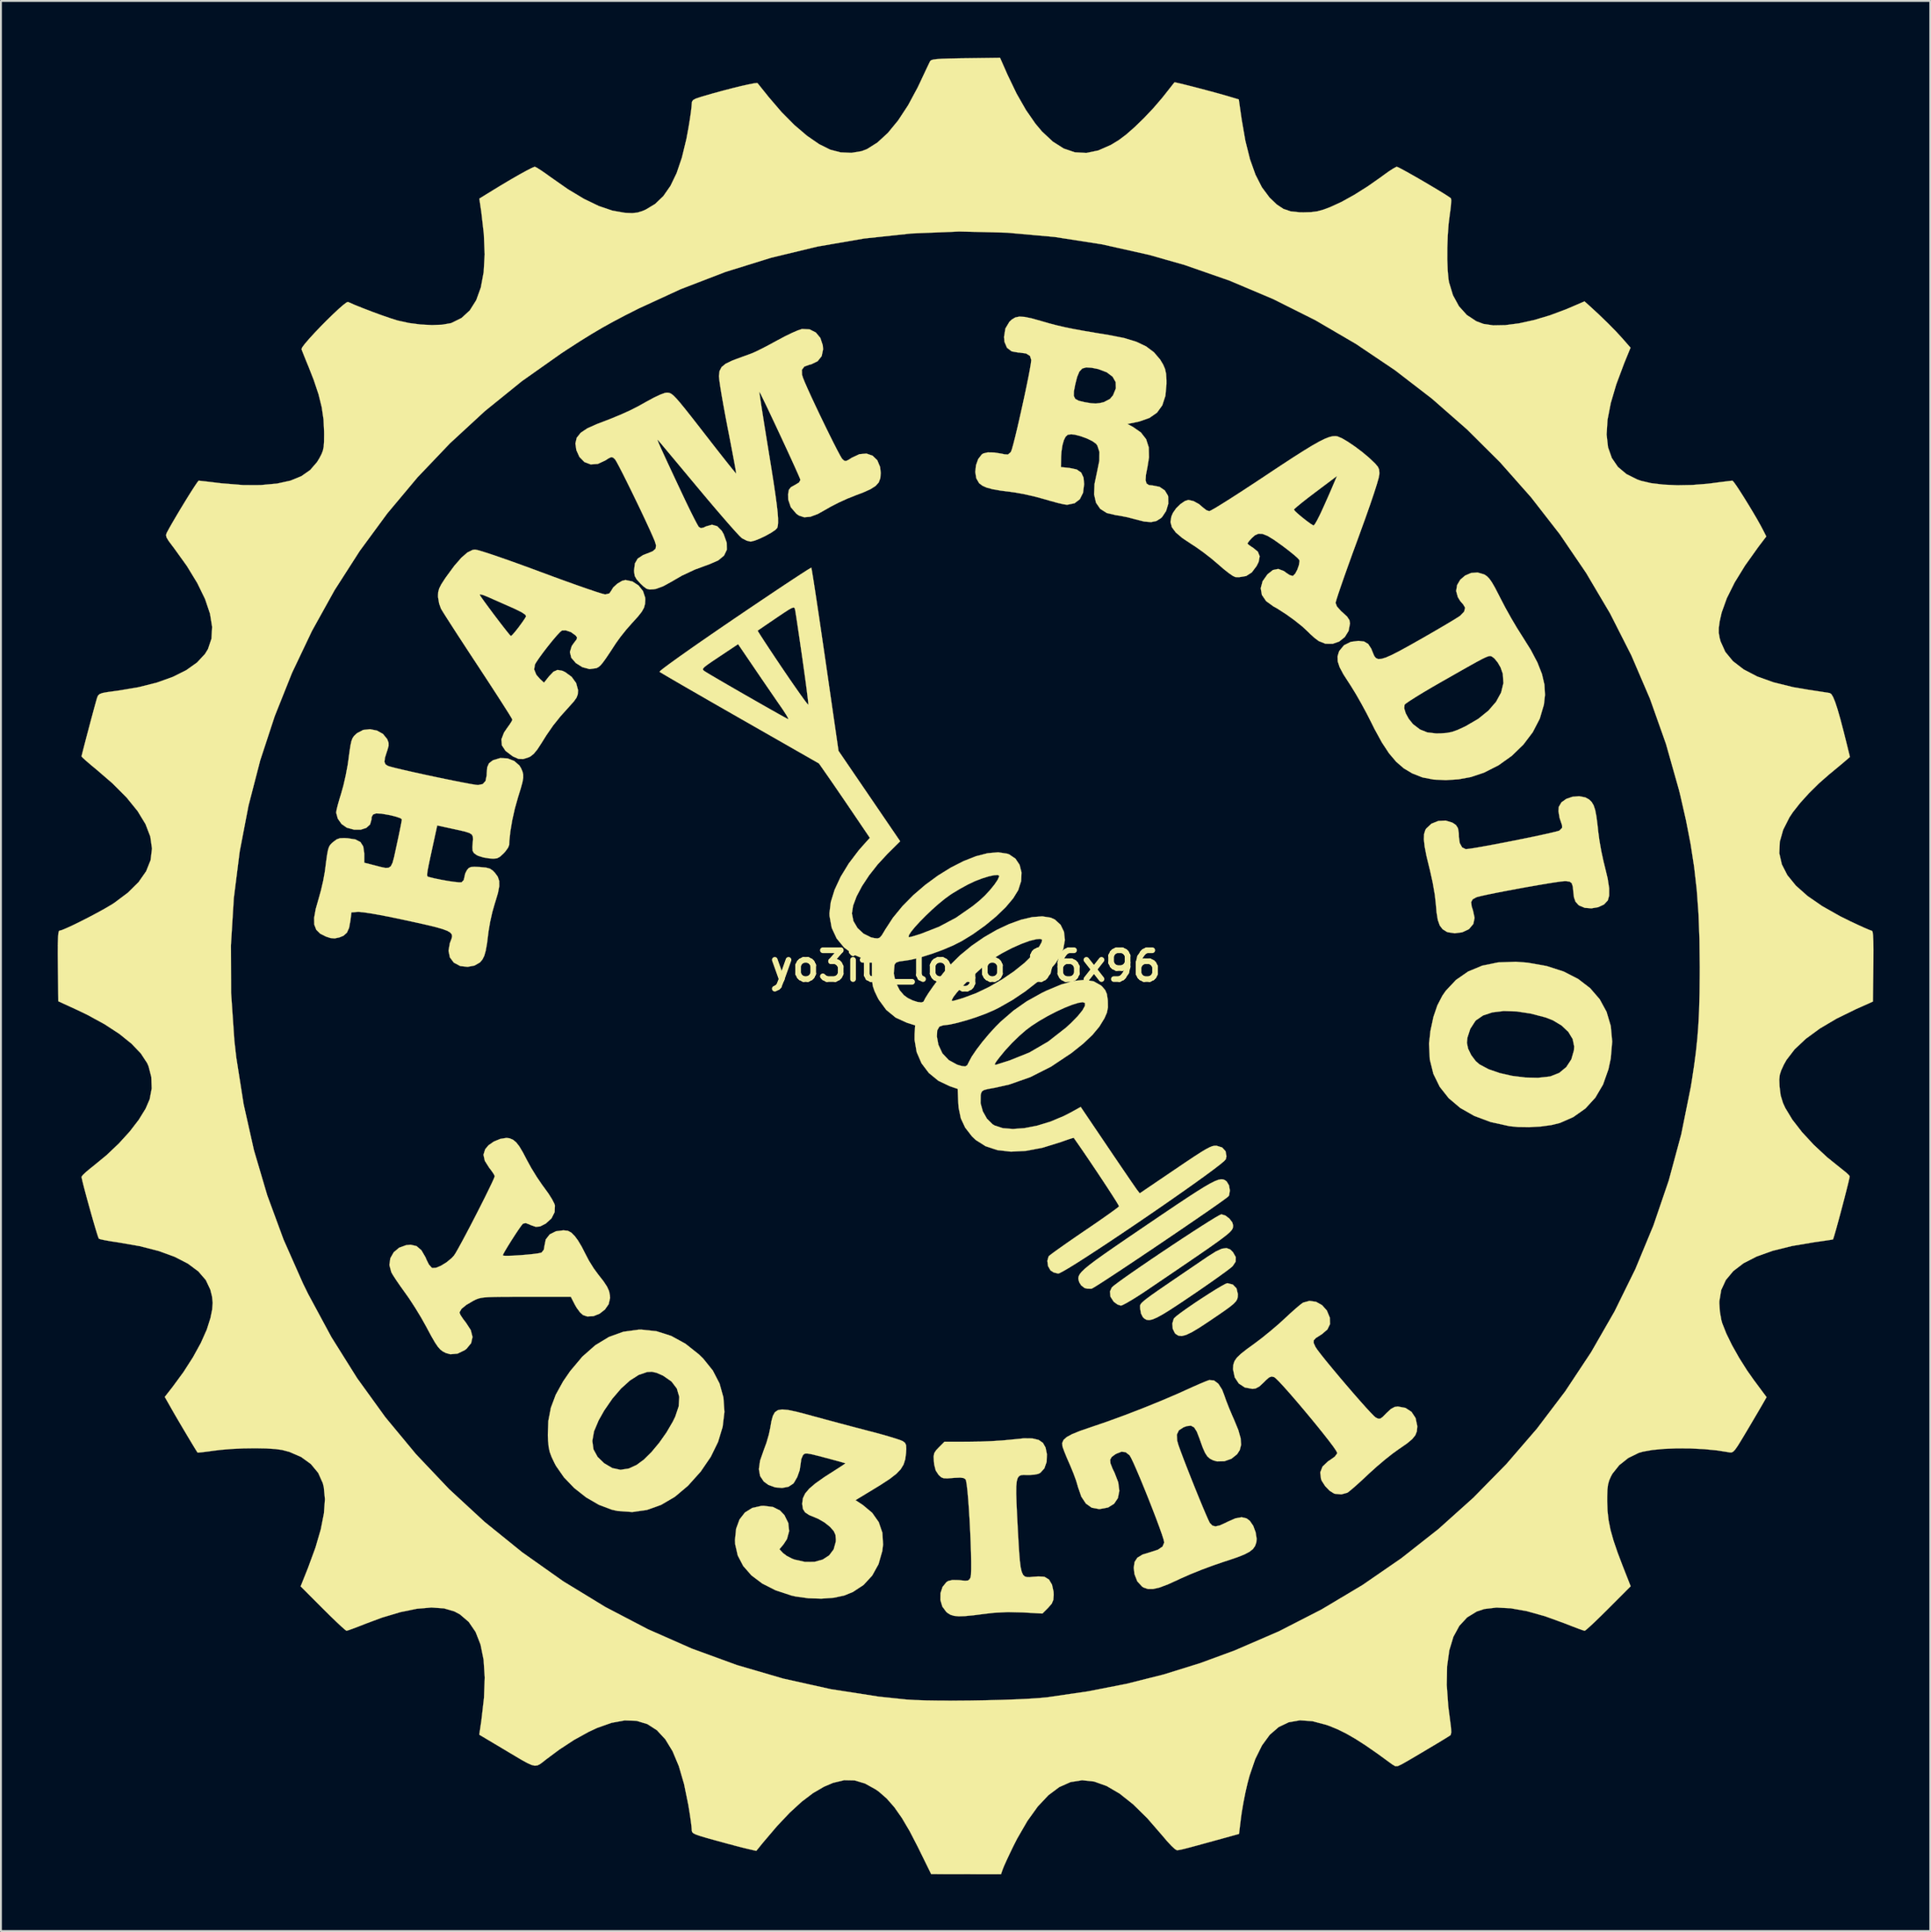
<source format=kicad_pcb>
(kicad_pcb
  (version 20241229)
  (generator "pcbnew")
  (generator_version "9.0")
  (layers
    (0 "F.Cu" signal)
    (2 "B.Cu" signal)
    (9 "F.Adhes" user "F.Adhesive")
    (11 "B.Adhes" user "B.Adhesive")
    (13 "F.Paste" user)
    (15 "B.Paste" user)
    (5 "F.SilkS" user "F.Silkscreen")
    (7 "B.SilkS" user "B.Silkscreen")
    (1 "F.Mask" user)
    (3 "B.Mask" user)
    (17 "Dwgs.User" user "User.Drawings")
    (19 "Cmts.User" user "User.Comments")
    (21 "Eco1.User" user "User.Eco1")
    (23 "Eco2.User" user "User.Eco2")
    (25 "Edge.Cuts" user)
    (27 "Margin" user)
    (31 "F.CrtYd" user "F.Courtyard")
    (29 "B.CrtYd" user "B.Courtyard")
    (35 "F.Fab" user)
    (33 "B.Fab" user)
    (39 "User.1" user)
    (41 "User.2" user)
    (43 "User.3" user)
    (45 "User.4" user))
  (footprint "yo3iti_logo_96x96"
    (layer "F.Cu")
    (at 47.997 48.014)
    (property "Reference" "yo3iti_logo_96x96" (at 0 0 0) (layer "F.SilkS") (effects (font (size 1.524 1.524) (thickness 0.3))))
    (attr through_hole)
    (fp_poly (pts (xy 14.127 16.837) (xy 14.321 17.037) (xy 14.393 17.338) (xy 14.393 17.347) (xy 14.388 17.482) (xy 14.362 17.6) (xy 14.297 17.716) (xy 14.175 17.846) (xy 13.98 18.008) (xy 13.693 18.217) (xy 13.298 18.489) (xy 12.864 18.783) (xy 12.357 19.117) (xy 11.962 19.353) (xy 11.66 19.497) (xy 11.431 19.557) (xy 11.255 19.54) (xy 11.111 19.453) (xy 11.062 19.403) (xy 10.951 19.176) (xy 10.929 18.895) (xy 11.002 18.647) (xy 11.028 18.611) (xy 11.152 18.497) (xy 11.385 18.319) (xy 11.699 18.095) (xy 12.067 17.842) (xy 12.461 17.58) (xy 12.853 17.327) (xy 13.214 17.1) (xy 13.519 16.919) (xy 13.738 16.801) (xy 13.838 16.764) (xy 14.127 16.837)) (stroke (width 0.01) (type solid)) (fill yes) (layer "F.SilkS"))
    (fp_poly (pts (xy 13.986 14.98) (xy 14.133 15.124) (xy 14.283 15.388) (xy 14.276 15.625) (xy 14.118 15.864) (xy 13.999 15.965) (xy 13.76 16.147) (xy 13.42 16.393) (xy 13.001 16.691) (xy 12.523 17.023) (xy 12.005 17.378) (xy 11.983 17.392) (xy 11.353 17.817) (xy 10.845 18.15) (xy 10.442 18.4) (xy 10.129 18.573) (xy 9.89 18.676) (xy 9.709 18.716) (xy 9.569 18.701) (xy 9.454 18.638) (xy 9.369 18.556) (xy 9.273 18.368) (xy 9.229 18.117) (xy 9.229 18.095) (xy 9.225 18.029) (xy 9.223 17.973) (xy 9.232 17.919) (xy 9.264 17.859) (xy 9.33 17.783) (xy 9.441 17.684) (xy 9.609 17.553) (xy 9.844 17.381) (xy 10.158 17.16) (xy 10.562 16.882) (xy 11.067 16.537) (xy 11.684 16.117) (xy 12.424 15.614) (xy 12.811 15.351) (xy 13.226 15.09) (xy 13.544 14.943) (xy 13.79 14.908) (xy 13.986 14.98)) (stroke (width 0.01) (type solid)) (fill yes) (layer "F.SilkS"))
    (fp_poly (pts (xy 13.733 13.188) (xy 13.943 13.348) (xy 14.096 13.547) (xy 14.139 13.693) (xy 14.139 13.764) (xy 14.13 13.83) (xy 14.104 13.899) (xy 14.05 13.978) (xy 13.959 14.076) (xy 13.819 14.198) (xy 13.621 14.354) (xy 13.356 14.55) (xy 13.012 14.795) (xy 12.581 15.095) (xy 12.051 15.459) (xy 11.414 15.893) (xy 10.658 16.407) (xy 9.774 17.006) (xy 9.589 17.132) (xy 9.182 17.401) (xy 8.812 17.633) (xy 8.507 17.812) (xy 8.294 17.922) (xy 8.209 17.949) (xy 8.032 17.892) (xy 7.839 17.753) (xy 7.828 17.742) (xy 7.657 17.478) (xy 7.634 17.199) (xy 7.726 16.994) (xy 7.833 16.897) (xy 8.061 16.724) (xy 8.391 16.485) (xy 8.804 16.195) (xy 9.282 15.866) (xy 9.805 15.509) (xy 10.357 15.137) (xy 10.917 14.763) (xy 11.468 14.399) (xy 11.99 14.058) (xy 12.465 13.752) (xy 12.875 13.492) (xy 13.201 13.293) (xy 13.424 13.166) (xy 13.525 13.123) (xy 13.733 13.188)) (stroke (width 0.01) (type solid)) (fill yes) (layer "F.SilkS"))
    (fp_poly (pts (xy 13.619 11.28) (xy 13.712 11.32) (xy 13.797 11.385) (xy 13.804 11.391) (xy 13.924 11.593) (xy 13.97 11.863) (xy 13.931 12.111) (xy 13.905 12.162) (xy 13.819 12.235) (xy 13.609 12.391) (xy 13.29 12.617) (xy 12.88 12.904) (xy 12.393 13.24) (xy 11.848 13.613) (xy 11.261 14.014) (xy 10.647 14.43) (xy 10.023 14.852) (xy 9.406 15.266) (xy 8.813 15.664) (xy 8.259 16.032) (xy 7.761 16.361) (xy 7.335 16.639) (xy 6.999 16.855) (xy 6.767 16.998) (xy 6.658 17.058) (xy 6.655 17.058) (xy 6.434 17.056) (xy 6.285 17.017) (xy 6.108 16.878) (xy 6.013 16.727) (xy 5.976 16.617) (xy 5.959 16.513) (xy 5.974 16.408) (xy 6.031 16.292) (xy 6.14 16.157) (xy 6.312 15.992) (xy 6.558 15.791) (xy 6.887 15.542) (xy 7.311 15.239) (xy 7.839 14.871) (xy 8.483 14.429) (xy 9.253 13.906) (xy 9.591 13.676) (xy 10.425 13.111) (xy 11.132 12.635) (xy 11.723 12.243) (xy 12.21 11.927) (xy 12.605 11.681) (xy 12.92 11.499) (xy 13.167 11.374) (xy 13.358 11.301) (xy 13.504 11.271) (xy 13.619 11.28)) (stroke (width 0.01) (type solid)) (fill yes) (layer "F.SilkS"))
    (fp_poly (pts (xy 29.705 -0.179) (xy 30.719 0.001) (xy 31.612 0.289) (xy 32.379 0.681) (xy 33.016 1.17) (xy 33.519 1.752) (xy 33.884 2.42) (xy 34.106 3.168) (xy 34.181 3.992) (xy 34.105 4.885) (xy 33.984 5.455) (xy 33.698 6.264) (xy 33.291 6.957) (xy 32.765 7.532) (xy 32.123 7.985) (xy 31.418 8.295) (xy 30.962 8.407) (xy 30.399 8.483) (xy 29.791 8.518) (xy 29.197 8.509) (xy 28.744 8.463) (xy 27.758 8.246) (xy 26.891 7.923) (xy 26.15 7.502) (xy 25.54 6.986) (xy 25.064 6.384) (xy 24.729 5.699) (xy 24.539 4.939) (xy 24.499 4.11) (xy 24.504 4.058) (xy 26.501 4.058) (xy 26.565 4.371) (xy 26.732 4.714) (xy 26.967 5.024) (xy 27.16 5.194) (xy 27.635 5.45) (xy 28.228 5.656) (xy 28.894 5.807) (xy 29.586 5.893) (xy 30.258 5.908) (xy 30.864 5.842) (xy 30.92 5.831) (xy 31.379 5.651) (xy 31.754 5.342) (xy 32.022 4.934) (xy 32.159 4.457) (xy 32.173 4.252) (xy 32.093 3.86) (xy 31.865 3.484) (xy 31.51 3.147) (xy 31.051 2.87) (xy 30.666 2.719) (xy 29.871 2.512) (xy 29.124 2.398) (xy 28.444 2.378) (xy 27.85 2.449) (xy 27.359 2.611) (xy 26.99 2.863) (xy 26.937 2.92) (xy 26.68 3.319) (xy 26.529 3.782) (xy 26.501 4.058) (xy 24.504 4.058) (xy 24.573 3.429) (xy 24.732 2.69) (xy 24.938 2.081) (xy 25.205 1.567) (xy 25.38 1.314) (xy 25.924 0.734) (xy 26.567 0.289) (xy 27.31 -0.02) (xy 28.15 -0.192) (xy 29.085 -0.226) (xy 29.705 -0.179)) (stroke (width 0.01) (type solid)) (fill yes) (layer "F.SilkS"))
    (fp_poly (pts (xy -16.344 19.303) (xy -15.563 19.552) (xy -14.811 19.964) (xy -14.094 20.533) (xy -13.873 20.749) (xy -13.364 21.381) (xy -13.008 22.069) (xy -12.804 22.803) (xy -12.75 23.57) (xy -12.845 24.357) (xy -13.086 25.154) (xy -13.474 25.947) (xy -14.006 26.725) (xy -14.679 27.474) (xy -15.37 28.056) (xy -16.098 28.483) (xy -16.852 28.752) (xy -17.622 28.861) (xy -18.396 28.806) (xy -18.708 28.736) (xy -19.389 28.478) (xy -20.062 28.087) (xy -20.689 27.594) (xy -21.232 27.029) (xy -21.654 26.423) (xy -21.739 26.262) (xy -21.891 25.94) (xy -21.987 25.68) (xy -22.042 25.419) (xy -22.071 25.103) (xy -19.734 25.103) (xy -19.672 25.551) (xy -19.455 25.948) (xy -19.105 26.285) (xy -18.672 26.539) (xy -18.242 26.63) (xy -17.796 26.558) (xy -17.389 26.37) (xy -17.012 26.092) (xy -16.605 25.69) (xy -16.196 25.199) (xy -15.812 24.654) (xy -15.482 24.089) (xy -15.352 23.825) (xy -15.166 23.271) (xy -15.137 22.772) (xy -15.265 22.334) (xy -15.547 21.962) (xy -15.983 21.659) (xy -16.036 21.633) (xy -16.345 21.499) (xy -16.585 21.446) (xy -16.825 21.459) (xy -16.844 21.462) (xy -17.282 21.612) (xy -17.745 21.908) (xy -18.216 22.333) (xy -18.676 22.87) (xy -19.109 23.499) (xy -19.402 24.019) (xy -19.644 24.595) (xy -19.734 25.103) (xy -22.071 25.103) (xy -22.072 25.095) (xy -22.085 24.797) (xy -22.06 24.05) (xy -21.925 23.348) (xy -21.667 22.66) (xy -21.276 21.953) (xy -20.905 21.413) (xy -20.26 20.646) (xy -19.577 20.044) (xy -18.855 19.606) (xy -18.094 19.332) (xy -17.292 19.222) (xy -17.145 19.219) (xy -16.344 19.303)) (stroke (width 0.01) (type solid)) (fill yes) (layer "F.SilkS"))
    (fp_poly (pts (xy 32.765 -8.912) (xy 32.96 -8.804) (xy 33.096 -8.671) (xy 33.2 -8.496) (xy 33.282 -8.249) (xy 33.348 -7.903) (xy 33.409 -7.43) (xy 33.437 -7.154) (xy 33.504 -6.648) (xy 33.605 -6.073) (xy 33.724 -5.522) (xy 33.782 -5.292) (xy 33.941 -4.631) (xy 34.021 -4.111) (xy 34.021 -3.723) (xy 33.949 -3.467) (xy 33.747 -3.253) (xy 33.442 -3.111) (xy 33.086 -3.05) (xy 32.734 -3.076) (xy 32.437 -3.199) (xy 32.386 -3.239) (xy 32.24 -3.407) (xy 32.162 -3.629) (xy 32.133 -3.872) (xy 32.101 -4.19) (xy 32.045 -4.374) (xy 31.937 -4.461) (xy 31.753 -4.486) (xy 31.674 -4.487) (xy 31.495 -4.472) (xy 31.18 -4.428) (xy 30.76 -4.362) (xy 30.263 -4.278) (xy 29.718 -4.183) (xy 29.153 -4.08) (xy 28.597 -3.976) (xy 28.08 -3.876) (xy 27.631 -3.785) (xy 27.277 -3.708) (xy 27.049 -3.651) (xy 26.994 -3.633) (xy 26.805 -3.527) (xy 26.727 -3.383) (xy 26.75 -3.162) (xy 26.822 -2.937) (xy 26.906 -2.546) (xy 26.842 -2.228) (xy 26.628 -1.97) (xy 26.585 -1.937) (xy 26.253 -1.784) (xy 25.862 -1.731) (xy 25.493 -1.787) (xy 25.427 -1.813) (xy 25.217 -1.946) (xy 25.066 -2.144) (xy 24.962 -2.436) (xy 24.896 -2.849) (xy 24.865 -3.222) (xy 24.806 -3.762) (xy 24.695 -4.403) (xy 24.543 -5.086) (xy 24.514 -5.2) (xy 24.362 -5.829) (xy 24.267 -6.321) (xy 24.226 -6.697) (xy 24.238 -6.979) (xy 24.302 -7.187) (xy 24.347 -7.263) (xy 24.626 -7.524) (xy 24.988 -7.669) (xy 25.382 -7.688) (xy 25.733 -7.581) (xy 25.923 -7.453) (xy 26.029 -7.284) (xy 26.072 -7.025) (xy 26.077 -6.815) (xy 26.123 -6.496) (xy 26.247 -6.274) (xy 26.43 -6.182) (xy 26.452 -6.181) (xy 26.618 -6.197) (xy 26.915 -6.242) (xy 27.318 -6.312) (xy 27.801 -6.4) (xy 28.337 -6.502) (xy 28.9 -6.612) (xy 29.463 -6.725) (xy 30.001 -6.835) (xy 30.487 -6.939) (xy 30.894 -7.03) (xy 31.197 -7.102) (xy 31.37 -7.152) (xy 31.395 -7.163) (xy 31.537 -7.308) (xy 31.533 -7.436) (xy 31.402 -7.825) (xy 31.343 -8.181) (xy 31.358 -8.411) (xy 31.499 -8.653) (xy 31.756 -8.836) (xy 32.083 -8.947) (xy 32.435 -8.977) (xy 32.765 -8.912)) (stroke (width 0.01) (type solid)) (fill yes) (layer "F.SilkS"))
    (fp_poly (pts (xy 3.529 24.971) (xy 3.862 25.049) (xy 4.088 25.207) (xy 4.227 25.454) (xy 4.296 25.795) (xy 4.297 25.808) (xy 4.282 26.215) (xy 4.163 26.553) (xy 3.955 26.784) (xy 3.845 26.842) (xy 3.63 26.887) (xy 3.343 26.904) (xy 3.239 26.902) (xy 3.066 26.897) (xy 2.929 26.912) (xy 2.824 26.964) (xy 2.75 27.07) (xy 2.702 27.248) (xy 2.678 27.513) (xy 2.675 27.883) (xy 2.69 28.375) (xy 2.719 29.005) (xy 2.751 29.63) (xy 2.792 30.381) (xy 2.829 30.979) (xy 2.867 31.442) (xy 2.911 31.785) (xy 2.967 32.026) (xy 3.039 32.182) (xy 3.132 32.268) (xy 3.252 32.302) (xy 3.403 32.301) (xy 3.548 32.285) (xy 3.843 32.267) (xy 4.103 32.277) (xy 4.182 32.291) (xy 4.407 32.43) (xy 4.567 32.7) (xy 4.649 33.072) (xy 4.657 33.236) (xy 4.637 33.504) (xy 4.555 33.702) (xy 4.373 33.913) (xy 4.359 33.928) (xy 4.061 34.226) (xy 3.025 34.168) (xy 2.23 34.149) (xy 1.486 34.188) (xy 1.016 34.242) (xy 0.426 34.317) (xy -0.024 34.361) (xy -0.361 34.372) (xy -0.61 34.349) (xy -0.8 34.291) (xy -0.955 34.196) (xy -1.023 34.139) (xy -1.231 33.857) (xy -1.332 33.512) (xy -1.327 33.15) (xy -1.219 32.82) (xy -1.013 32.566) (xy -0.92 32.506) (xy -0.694 32.453) (xy -0.353 32.46) (xy -0.287 32.467) (xy -0.021 32.494) (xy 0.128 32.48) (xy 0.212 32.412) (xy 0.26 32.32) (xy 0.284 32.176) (xy 0.295 31.892) (xy 0.295 31.496) (xy 0.286 31.013) (xy 0.268 30.47) (xy 0.243 29.893) (xy 0.213 29.309) (xy 0.178 28.744) (xy 0.141 28.225) (xy 0.102 27.777) (xy 0.062 27.428) (xy 0.024 27.203) (xy -0.001 27.134) (xy -0.102 27.066) (xy -0.279 27.041) (xy -0.574 27.053) (xy -0.666 27.06) (xy -0.973 27.083) (xy -1.164 27.074) (xy -1.293 27.021) (xy -1.413 26.912) (xy -1.432 26.891) (xy -1.581 26.664) (xy -1.66 26.351) (xy -1.675 26.207) (xy -1.69 25.93) (xy -1.659 25.75) (xy -1.559 25.595) (xy -1.416 25.444) (xy -1.118 25.146) (xy 0.224 25.145) (xy 0.779 25.137) (xy 1.363 25.114) (xy 1.916 25.079) (xy 2.376 25.037) (xy 2.475 25.025) (xy 3.073 24.965) (xy 3.529 24.971)) (stroke (width 0.01) (type solid)) (fill yes) (layer "F.SilkS"))
    (fp_poly (pts (xy 18.527 17.749) (xy 18.844 17.926) (xy 19.097 18.208) (xy 19.251 18.578) (xy 19.254 18.591) (xy 19.264 18.928) (xy 19.125 19.213) (xy 18.829 19.465) (xy 18.76 19.507) (xy 18.515 19.663) (xy 18.402 19.787) (xy 18.4 19.927) (xy 18.492 20.127) (xy 18.495 20.134) (xy 18.599 20.289) (xy 18.793 20.543) (xy 19.058 20.875) (xy 19.378 21.263) (xy 19.732 21.687) (xy 20.105 22.126) (xy 20.476 22.558) (xy 20.829 22.961) (xy 21.145 23.316) (xy 21.406 23.599) (xy 21.594 23.792) (xy 21.685 23.868) (xy 21.817 23.93) (xy 21.923 23.925) (xy 22.05 23.833) (xy 22.243 23.637) (xy 22.483 23.414) (xy 22.683 23.306) (xy 22.851 23.283) (xy 23.255 23.358) (xy 23.574 23.568) (xy 23.787 23.891) (xy 23.875 24.306) (xy 23.876 24.361) (xy 23.854 24.597) (xy 23.774 24.802) (xy 23.612 25.003) (xy 23.348 25.225) (xy 22.959 25.497) (xy 22.904 25.533) (xy 22.575 25.77) (xy 22.173 26.088) (xy 21.747 26.448) (xy 21.343 26.812) (xy 21.283 26.869) (xy 20.945 27.185) (xy 20.637 27.464) (xy 20.385 27.682) (xy 20.217 27.816) (xy 20.177 27.842) (xy 19.864 27.927) (xy 19.525 27.897) (xy 19.473 27.88) (xy 19.24 27.733) (xy 19.007 27.49) (xy 18.83 27.215) (xy 18.79 27.117) (xy 18.748 26.767) (xy 18.869 26.457) (xy 19.155 26.184) (xy 19.273 26.108) (xy 19.52 25.93) (xy 19.637 25.769) (xy 19.643 25.731) (xy 19.589 25.622) (xy 19.441 25.405) (xy 19.213 25.102) (xy 18.924 24.733) (xy 18.59 24.317) (xy 18.227 23.874) (xy 17.852 23.425) (xy 17.483 22.99) (xy 17.135 22.588) (xy 16.826 22.241) (xy 16.572 21.967) (xy 16.39 21.788) (xy 16.305 21.725) (xy 16.173 21.698) (xy 16.043 21.747) (xy 15.873 21.895) (xy 15.77 22) (xy 15.531 22.223) (xy 15.33 22.33) (xy 15.164 22.352) (xy 14.761 22.277) (xy 14.442 22.067) (xy 14.228 21.744) (xy 14.14 21.33) (xy 14.139 21.274) (xy 14.155 21.065) (xy 14.216 20.881) (xy 14.343 20.699) (xy 14.556 20.495) (xy 14.876 20.244) (xy 15.223 19.993) (xy 15.632 19.686) (xy 16.096 19.311) (xy 16.551 18.923) (xy 16.849 18.651) (xy 17.167 18.356) (xy 17.456 18.099) (xy 17.687 17.904) (xy 17.829 17.799) (xy 17.838 17.793) (xy 18.18 17.699) (xy 18.527 17.749)) (stroke (width 0.01) (type solid)) (fill yes) (layer "F.SilkS"))
    (fp_poly (pts (xy 27.409 -20.702) (xy 27.428 -20.692) (xy 27.561 -20.605) (xy 27.687 -20.476) (xy 27.824 -20.281) (xy 27.99 -19.993) (xy 28.201 -19.585) (xy 28.279 -19.431) (xy 28.537 -18.936) (xy 28.835 -18.402) (xy 29.135 -17.893) (xy 29.4 -17.473) (xy 29.4 -17.473) (xy 29.876 -16.715) (xy 30.229 -16.044) (xy 30.468 -15.438) (xy 30.599 -14.874) (xy 30.629 -14.331) (xy 30.572 -13.817) (xy 30.353 -13.075) (xy 29.984 -12.363) (xy 29.485 -11.703) (xy 28.876 -11.113) (xy 28.176 -10.613) (xy 27.405 -10.222) (xy 26.708 -9.989) (xy 26.063 -9.871) (xy 25.388 -9.827) (xy 24.74 -9.858) (xy 24.178 -9.965) (xy 24.116 -9.984) (xy 23.615 -10.182) (xy 23.171 -10.445) (xy 22.766 -10.794) (xy 22.384 -11.245) (xy 22.007 -11.817) (xy 21.617 -12.53) (xy 21.468 -12.831) (xy 21.207 -13.344) (xy 21.057 -13.622) (xy 23.187 -13.622) (xy 23.267 -13.359) (xy 23.422 -13.073) (xy 23.632 -12.81) (xy 23.675 -12.768) (xy 24.024 -12.503) (xy 24.406 -12.35) (xy 24.868 -12.295) (xy 25.112 -12.298) (xy 25.435 -12.321) (xy 25.712 -12.375) (xy 26.002 -12.478) (xy 26.367 -12.645) (xy 26.446 -12.684) (xy 27.103 -13.068) (xy 27.638 -13.5) (xy 28.043 -13.967) (xy 28.31 -14.457) (xy 28.431 -14.956) (xy 28.399 -15.449) (xy 28.279 -15.789) (xy 28.13 -16.045) (xy 27.965 -16.248) (xy 27.894 -16.308) (xy 27.836 -16.349) (xy 27.783 -16.378) (xy 27.721 -16.388) (xy 27.632 -16.373) (xy 27.501 -16.323) (xy 27.313 -16.233) (xy 27.051 -16.094) (xy 26.7 -15.9) (xy 26.243 -15.642) (xy 25.665 -15.313) (xy 25.21 -15.055) (xy 24.688 -14.755) (xy 24.214 -14.475) (xy 23.808 -14.227) (xy 23.491 -14.025) (xy 23.283 -13.882) (xy 23.205 -13.813) (xy 23.187 -13.622) (xy 21.057 -13.622) (xy 20.916 -13.882) (xy 20.624 -14.392) (xy 20.36 -14.821) (xy 20.275 -14.951) (xy 19.97 -15.424) (xy 19.772 -15.799) (xy 19.672 -16.103) (xy 19.662 -16.363) (xy 19.734 -16.606) (xy 19.762 -16.664) (xy 20.005 -16.958) (xy 20.362 -17.135) (xy 20.768 -17.187) (xy 21.068 -17.152) (xy 21.281 -17.025) (xy 21.443 -16.778) (xy 21.536 -16.547) (xy 21.604 -16.388) (xy 21.689 -16.281) (xy 21.81 -16.228) (xy 21.981 -16.236) (xy 22.219 -16.308) (xy 22.539 -16.449) (xy 22.959 -16.665) (xy 23.494 -16.959) (xy 24.045 -17.27) (xy 24.565 -17.568) (xy 25.05 -17.85) (xy 25.476 -18.101) (xy 25.819 -18.307) (xy 26.055 -18.454) (xy 26.141 -18.513) (xy 26.354 -18.732) (xy 26.407 -18.941) (xy 26.298 -19.127) (xy 26.283 -19.139) (xy 26.15 -19.292) (xy 26.022 -19.499) (xy 25.933 -19.827) (xy 25.985 -20.142) (xy 26.151 -20.421) (xy 26.404 -20.639) (xy 26.717 -20.775) (xy 27.061 -20.803) (xy 27.409 -20.702)) (stroke (width 0.01) (type solid)) (fill yes) (layer "F.SilkS"))
    (fp_poly (pts (xy -9.38 23.467) (xy -8.947 23.558) (xy -8.381 23.705) (xy -8.095 23.784) (xy -7.457 23.957) (xy -6.731 24.152) (xy -5.99 24.349) (xy -5.305 24.528) (xy -5.038 24.598) (xy -4.54 24.73) (xy -4.089 24.858) (xy -3.713 24.972) (xy -3.443 25.063) (xy -3.314 25.119) (xy -3.201 25.209) (xy -3.147 25.327) (xy -3.137 25.524) (xy -3.149 25.739) (xy -3.191 26.069) (xy -3.279 26.348) (xy -3.432 26.6) (xy -3.669 26.846) (xy -4.011 27.111) (xy -4.477 27.416) (xy -4.726 27.569) (xy -5.822 28.234) (xy -5.433 28.489) (xy -4.938 28.903) (xy -4.593 29.393) (xy -4.401 29.954) (xy -4.364 30.582) (xy -4.405 30.922) (xy -4.604 31.617) (xy -4.937 32.218) (xy -5.393 32.714) (xy -5.961 33.089) (xy -6.422 33.275) (xy -6.977 33.393) (xy -7.626 33.44) (xy -8.312 33.418) (xy -8.976 33.327) (xy -9.229 33.269) (xy -10.048 32.997) (xy -10.748 32.642) (xy -11.32 32.212) (xy -11.755 31.716) (xy -12.045 31.162) (xy -12.182 30.558) (xy -12.192 30.337) (xy -12.131 29.743) (xy -11.953 29.256) (xy -11.667 28.887) (xy -11.279 28.644) (xy -10.799 28.537) (xy -10.668 28.533) (xy -10.187 28.593) (xy -9.812 28.779) (xy -9.58 29.023) (xy -9.375 29.44) (xy -9.33 29.872) (xy -9.444 30.29) (xy -9.624 30.566) (xy -9.843 30.827) (xy -9.651 31.032) (xy -9.455 31.18) (xy -9.178 31.323) (xy -9.038 31.376) (xy -8.492 31.497) (xy -7.993 31.494) (xy -7.56 31.376) (xy -7.214 31.153) (xy -6.975 30.835) (xy -6.864 30.432) (xy -6.858 30.309) (xy -6.88 30.066) (xy -6.968 29.872) (xy -7.156 29.657) (xy -7.176 29.637) (xy -7.457 29.413) (xy -7.791 29.22) (xy -7.916 29.167) (xy -8.269 29.021) (xy -8.486 28.877) (xy -8.598 28.702) (xy -8.635 28.463) (xy -8.636 28.393) (xy -8.601 28.134) (xy -8.484 27.885) (xy -8.27 27.629) (xy -7.942 27.349) (xy -7.484 27.025) (xy -7.204 26.844) (xy -6.873 26.633) (xy -6.602 26.458) (xy -6.419 26.337) (xy -6.35 26.287) (xy -6.35 26.287) (xy -6.427 26.261) (xy -6.637 26.201) (xy -6.951 26.115) (xy -7.337 26.011) (xy -7.419 25.99) (xy -7.856 25.876) (xy -8.158 25.803) (xy -8.354 25.769) (xy -8.475 25.769) (xy -8.547 25.801) (xy -8.602 25.863) (xy -8.605 25.867) (xy -8.687 26.062) (xy -8.721 26.308) (xy -8.771 26.646) (xy -8.899 27.01) (xy -9.074 27.312) (xy -9.114 27.361) (xy -9.367 27.525) (xy -9.704 27.588) (xy -10.072 27.555) (xy -10.423 27.428) (xy -10.669 27.249) (xy -10.863 26.959) (xy -10.928 26.595) (xy -10.866 26.147) (xy -10.675 25.6) (xy -10.672 25.592) (xy -10.527 25.197) (xy -10.4 24.759) (xy -10.33 24.428) (xy -10.265 24.059) (xy -10.19 23.781) (xy -10.085 23.589) (xy -9.928 23.477) (xy -9.7 23.438) (xy -9.38 23.467)) (stroke (width 0.01) (type solid)) (fill yes) (layer "F.SilkS"))
    (fp_poly (pts (xy 13.13 21.905) (xy 13.361 22.079) (xy 13.561 22.393) (xy 13.675 22.691) (xy 13.774 22.973) (xy 13.921 23.349) (xy 14.093 23.757) (xy 14.191 23.979) (xy 14.415 24.522) (xy 14.538 24.955) (xy 14.564 25.302) (xy 14.493 25.586) (xy 14.352 25.806) (xy 14.053 26.045) (xy 13.679 26.176) (xy 13.292 26.185) (xy 13.088 26.128) (xy 12.915 26.039) (xy 12.778 25.917) (xy 12.657 25.729) (xy 12.532 25.446) (xy 12.384 25.034) (xy 12.365 24.977) (xy 12.222 24.608) (xy 12.08 24.387) (xy 11.913 24.297) (xy 11.694 24.319) (xy 11.518 24.383) (xy 11.275 24.541) (xy 11.166 24.77) (xy 11.184 25.09) (xy 11.254 25.333) (xy 11.375 25.667) (xy 11.533 26.087) (xy 11.72 26.569) (xy 11.923 27.085) (xy 12.133 27.609) (xy 12.338 28.114) (xy 12.528 28.574) (xy 12.693 28.963) (xy 12.821 29.255) (xy 12.902 29.422) (xy 12.914 29.443) (xy 13.046 29.578) (xy 13.209 29.621) (xy 13.436 29.569) (xy 13.762 29.422) (xy 13.843 29.379) (xy 14.262 29.195) (xy 14.591 29.135) (xy 14.856 29.199) (xy 15.026 29.327) (xy 15.205 29.589) (xy 15.332 29.931) (xy 15.385 30.276) (xy 15.367 30.47) (xy 15.301 30.658) (xy 15.19 30.817) (xy 15.012 30.959) (xy 14.745 31.1) (xy 14.366 31.251) (xy 13.853 31.425) (xy 13.636 31.495) (xy 13.077 31.686) (xy 12.468 31.913) (xy 11.876 32.152) (xy 11.365 32.377) (xy 11.264 32.425) (xy 10.704 32.681) (xy 10.262 32.848) (xy 9.915 32.929) (xy 9.639 32.93) (xy 9.413 32.853) (xy 9.332 32.803) (xy 9.077 32.526) (xy 8.926 32.14) (xy 8.89 31.803) (xy 8.934 31.499) (xy 9.08 31.276) (xy 9.351 31.11) (xy 9.759 30.985) (xy 10.165 30.854) (xy 10.41 30.686) (xy 10.498 30.479) (xy 10.499 30.46) (xy 10.467 30.316) (xy 10.379 30.042) (xy 10.245 29.665) (xy 10.076 29.209) (xy 9.881 28.702) (xy 9.671 28.168) (xy 9.456 27.634) (xy 9.247 27.126) (xy 9.053 26.669) (xy 8.887 26.29) (xy 8.756 26.015) (xy 8.673 25.868) (xy 8.666 25.86) (xy 8.46 25.697) (xy 8.242 25.671) (xy 7.97 25.778) (xy 7.895 25.822) (xy 7.722 25.951) (xy 7.643 26.093) (xy 7.657 26.284) (xy 7.764 26.56) (xy 7.875 26.788) (xy 8.069 27.291) (xy 8.126 27.742) (xy 8.05 28.125) (xy 7.85 28.423) (xy 7.533 28.62) (xy 7.105 28.701) (xy 7.043 28.702) (xy 6.667 28.631) (xy 6.36 28.415) (xy 6.118 28.049) (xy 5.937 27.529) (xy 5.921 27.466) (xy 5.84 27.195) (xy 5.709 26.836) (xy 5.552 26.453) (xy 5.499 26.331) (xy 5.348 25.985) (xy 5.221 25.673) (xy 5.137 25.444) (xy 5.12 25.383) (xy 5.108 25.206) (xy 5.178 25.048) (xy 5.346 24.898) (xy 5.629 24.744) (xy 6.042 24.576) (xy 6.603 24.383) (xy 6.648 24.368) (xy 7.487 24.081) (xy 8.413 23.743) (xy 9.372 23.373) (xy 10.31 22.993) (xy 11.173 22.625) (xy 11.654 22.408) (xy 12.052 22.228) (xy 12.412 22.07) (xy 12.697 21.952) (xy 12.87 21.889) (xy 12.881 21.886) (xy 13.13 21.905)) (stroke (width 0.01) (type solid)) (fill yes) (layer "F.SilkS"))
    (fp_poly (pts (xy 19.661 -27.996) (xy 19.89 -27.9) (xy 20.206 -27.715) (xy 20.573 -27.466) (xy 20.954 -27.181) (xy 21.31 -26.883) (xy 21.412 -26.79) (xy 21.654 -26.558) (xy 21.794 -26.392) (xy 21.859 -26.246) (xy 21.873 -26.076) (xy 21.87 -25.98) (xy 21.834 -25.795) (xy 21.739 -25.461) (xy 21.588 -24.989) (xy 21.385 -24.389) (xy 21.131 -23.669) (xy 20.831 -22.84) (xy 20.706 -22.497) (xy 20.451 -21.802) (xy 20.217 -21.152) (xy 20.008 -20.564) (xy 19.832 -20.057) (xy 19.694 -19.65) (xy 19.601 -19.36) (xy 19.56 -19.206) (xy 19.558 -19.192) (xy 19.633 -19.001) (xy 19.849 -18.761) (xy 19.939 -18.683) (xy 20.173 -18.464) (xy 20.29 -18.284) (xy 20.32 -18.11) (xy 20.246 -17.714) (xy 20.046 -17.39) (xy 19.754 -17.156) (xy 19.403 -17.032) (xy 19.025 -17.036) (xy 18.669 -17.177) (xy 18.454 -17.338) (xy 18.21 -17.557) (xy 18.119 -17.649) (xy 17.802 -17.945) (xy 17.387 -18.277) (xy 16.926 -18.608) (xy 16.472 -18.898) (xy 16.264 -19.015) (xy 15.886 -19.29) (xy 15.665 -19.614) (xy 15.602 -19.97) (xy 15.702 -20.343) (xy 15.959 -20.706) (xy 16.245 -20.932) (xy 16.528 -20.99) (xy 16.819 -20.882) (xy 16.945 -20.789) (xy 17.134 -20.665) (xy 17.287 -20.622) (xy 17.31 -20.626) (xy 17.423 -20.739) (xy 17.536 -20.95) (xy 17.621 -21.193) (xy 17.653 -21.4) (xy 17.642 -21.461) (xy 17.558 -21.559) (xy 17.364 -21.731) (xy 17.088 -21.955) (xy 16.759 -22.205) (xy 16.734 -22.224) (xy 16.294 -22.536) (xy 15.956 -22.741) (xy 15.693 -22.844) (xy 15.482 -22.852) (xy 15.297 -22.771) (xy 15.129 -22.623) (xy 14.983 -22.459) (xy 14.905 -22.348) (xy 14.901 -22.335) (xy 14.967 -22.264) (xy 15.131 -22.15) (xy 15.195 -22.111) (xy 15.449 -21.903) (xy 15.547 -21.66) (xy 15.492 -21.363) (xy 15.383 -21.144) (xy 15.13 -20.807) (xy 14.834 -20.617) (xy 14.456 -20.554) (xy 14.261 -20.561) (xy 14.13 -20.621) (xy 13.909 -20.773) (xy 13.63 -20.994) (xy 13.374 -21.217) (xy 12.992 -21.541) (xy 12.559 -21.877) (xy 12.143 -22.172) (xy 11.954 -22.293) (xy 11.457 -22.623) (xy 11.11 -22.918) (xy 10.905 -23.195) (xy 10.831 -23.472) (xy 10.879 -23.764) (xy 10.961 -23.955) (xy 11.131 -24.197) (xy 11.359 -24.42) (xy 11.595 -24.581) (xy 11.779 -24.638) (xy 12.044 -24.577) (xy 12.335 -24.42) (xy 12.565 -24.223) (xy 12.738 -24.091) (xy 12.883 -24.045) (xy 12.986 -24.091) (xy 13.046 -24.125) (xy 17.357 -24.125) (xy 17.419 -24.044) (xy 17.577 -23.897) (xy 17.793 -23.716) (xy 18.024 -23.534) (xy 18.23 -23.383) (xy 18.37 -23.297) (xy 18.399 -23.287) (xy 18.463 -23.357) (xy 18.575 -23.548) (xy 18.716 -23.825) (xy 18.791 -23.982) (xy 18.979 -24.395) (xy 19.179 -24.845) (xy 19.352 -25.242) (xy 19.373 -25.292) (xy 19.633 -25.903) (xy 18.495 -25.048) (xy 18.118 -24.762) (xy 17.794 -24.508) (xy 17.545 -24.304) (xy 17.393 -24.17) (xy 17.357 -24.125) (xy 13.046 -24.125) (xy 13.214 -24.221) (xy 13.549 -24.427) (xy 13.978 -24.696) (xy 14.482 -25.02) (xy 15.047 -25.389) (xy 15.657 -25.791) (xy 15.854 -25.922) (xy 16.646 -26.448) (xy 17.313 -26.884) (xy 17.867 -27.236) (xy 18.321 -27.513) (xy 18.69 -27.722) (xy 18.986 -27.868) (xy 19.222 -27.961) (xy 19.411 -28.006) (xy 19.566 -28.012) (xy 19.661 -27.996)) (stroke (width 0.01) (type solid)) (fill yes) (layer "F.SilkS"))
    (fp_poly (pts (xy -24.105 9.107) (xy -23.922 9.186) (xy -23.758 9.321) (xy -23.59 9.537) (xy -23.398 9.861) (xy -23.198 10.245) (xy -22.959 10.681) (xy -22.669 11.152) (xy -22.379 11.578) (xy -22.279 11.713) (xy -22.05 12.03) (xy -21.861 12.33) (xy -21.74 12.568) (xy -21.712 12.656) (xy -21.727 13.01) (xy -21.893 13.34) (xy -22.194 13.612) (xy -22.212 13.623) (xy -22.49 13.764) (xy -22.723 13.786) (xy -22.986 13.695) (xy -23.04 13.668) (xy -23.248 13.588) (xy -23.385 13.613) (xy -23.412 13.633) (xy -23.497 13.736) (xy -23.642 13.942) (xy -23.823 14.214) (xy -24.017 14.516) (xy -24.201 14.812) (xy -24.353 15.065) (xy -24.448 15.239) (xy -24.469 15.294) (xy -24.391 15.314) (xy -24.184 15.317) (xy -23.888 15.307) (xy -23.541 15.285) (xy -23.183 15.256) (xy -22.852 15.222) (xy -22.588 15.186) (xy -22.43 15.15) (xy -22.416 15.144) (xy -22.297 14.993) (xy -22.267 14.808) (xy -22.195 14.451) (xy -21.986 14.185) (xy -21.657 14.02) (xy -21.264 13.97) (xy -21.028 13.994) (xy -20.844 14.093) (xy -20.66 14.278) (xy -20.488 14.512) (xy -20.295 14.835) (xy -20.12 15.178) (xy -20.115 15.188) (xy -19.913 15.575) (xy -19.658 15.984) (xy -19.433 16.291) (xy -19.145 16.659) (xy -18.957 16.944) (xy -18.849 17.182) (xy -18.803 17.412) (xy -18.797 17.556) (xy -18.871 17.876) (xy -19.068 18.158) (xy -19.349 18.377) (xy -19.673 18.507) (xy -20.002 18.524) (xy -20.225 18.449) (xy -20.383 18.307) (xy -20.557 18.072) (xy -20.653 17.907) (xy -20.87 17.484) (xy -23.241 17.484) (xy -23.937 17.484) (xy -24.485 17.486) (xy -24.907 17.492) (xy -25.225 17.502) (xy -25.46 17.519) (xy -25.634 17.545) (xy -25.769 17.58) (xy -25.886 17.626) (xy -26.008 17.686) (xy -26.014 17.689) (xy -26.397 17.913) (xy -26.648 18.12) (xy -26.753 18.299) (xy -26.755 18.324) (xy -26.704 18.446) (xy -26.571 18.648) (xy -26.416 18.849) (xy -26.16 19.244) (xy -26.068 19.606) (xy -26.141 19.935) (xy -26.379 20.226) (xy -26.479 20.304) (xy -26.856 20.487) (xy -27.234 20.522) (xy -27.474 20.456) (xy -27.631 20.376) (xy -27.767 20.273) (xy -27.901 20.122) (xy -28.052 19.898) (xy -28.238 19.577) (xy -28.477 19.133) (xy -28.521 19.05) (xy -28.786 18.577) (xy -29.099 18.062) (xy -29.416 17.575) (xy -29.63 17.272) (xy -29.88 16.924) (xy -30.105 16.597) (xy -30.277 16.331) (xy -30.361 16.181) (xy -30.461 15.804) (xy -30.411 15.444) (xy -30.233 15.13) (xy -29.947 14.89) (xy -29.572 14.753) (xy -29.337 14.732) (xy -29.029 14.803) (xy -28.771 15.021) (xy -28.553 15.395) (xy -28.496 15.532) (xy -28.371 15.781) (xy -28.231 15.939) (xy -28.186 15.962) (xy -27.995 15.95) (xy -27.733 15.841) (xy -27.444 15.663) (xy -27.174 15.441) (xy -27.053 15.311) (xy -26.966 15.18) (xy -26.821 14.927) (xy -26.63 14.578) (xy -26.405 14.157) (xy -26.158 13.687) (xy -25.903 13.194) (xy -25.652 12.702) (xy -25.417 12.235) (xy -25.212 11.818) (xy -25.047 11.475) (xy -24.936 11.23) (xy -24.892 11.108) (xy -24.892 11.104) (xy -24.941 11.002) (xy -25.067 10.817) (xy -25.188 10.659) (xy -25.417 10.296) (xy -25.488 9.976) (xy -25.399 9.687) (xy -25.223 9.475) (xy -24.934 9.274) (xy -24.596 9.137) (xy -24.273 9.086) (xy -24.105 9.107)) (stroke (width 0.01) (type solid)) (fill yes) (layer "F.SilkS"))
    (fp_poly (pts (xy -25.786 -21.984) (xy -25.494 -21.898) (xy -25.076 -21.763) (xy -24.547 -21.582) (xy -23.923 -21.362) (xy -23.221 -21.108) (xy -22.464 -20.828) (xy -21.761 -20.568) (xy -21.099 -20.327) (xy -20.499 -20.113) (xy -19.977 -19.931) (xy -19.553 -19.788) (xy -19.244 -19.691) (xy -19.07 -19.645) (xy -19.047 -19.643) (xy -18.835 -19.695) (xy -18.755 -19.808) (xy -18.627 -20.014) (xy -18.407 -20.215) (xy -18.16 -20.36) (xy -17.981 -20.405) (xy -17.615 -20.328) (xy -17.294 -20.121) (xy -17.056 -19.823) (xy -16.939 -19.47) (xy -16.933 -19.372) (xy -16.947 -19.143) (xy -17.002 -18.942) (xy -17.117 -18.733) (xy -17.313 -18.483) (xy -17.61 -18.154) (xy -17.645 -18.117) (xy -17.941 -17.78) (xy -18.244 -17.401) (xy -18.493 -17.055) (xy -18.518 -17.017) (xy -18.806 -16.575) (xy -19.022 -16.255) (xy -19.182 -16.034) (xy -19.304 -15.891) (xy -19.406 -15.805) (xy -19.504 -15.753) (xy -19.527 -15.744) (xy -19.88 -15.696) (xy -20.26 -15.798) (xy -20.606 -16.016) (xy -20.846 -16.296) (xy -20.919 -16.597) (xy -20.824 -16.912) (xy -20.7 -17.089) (xy -20.568 -17.259) (xy -20.54 -17.364) (xy -20.606 -17.461) (xy -20.628 -17.483) (xy -20.866 -17.652) (xy -21.134 -17.743) (xy -21.338 -17.737) (xy -21.44 -17.655) (xy -21.615 -17.468) (xy -21.838 -17.206) (xy -22.084 -16.901) (xy -22.327 -16.586) (xy -22.542 -16.291) (xy -22.704 -16.05) (xy -22.765 -15.944) (xy -22.81 -15.681) (xy -22.695 -15.397) (xy -22.499 -15.172) (xy -22.289 -14.977) (xy -22.017 -15.32) (xy -21.788 -15.559) (xy -21.572 -15.652) (xy -21.324 -15.608) (xy -21.173 -15.539) (xy -20.826 -15.286) (xy -20.59 -14.958) (xy -20.491 -14.596) (xy -20.489 -14.55) (xy -20.505 -14.356) (xy -20.57 -14.184) (xy -20.709 -13.988) (xy -20.939 -13.731) (xy -21.413 -13.204) (xy -21.802 -12.719) (xy -22.155 -12.21) (xy -22.397 -11.823) (xy -22.636 -11.454) (xy -22.834 -11.213) (xy -23.017 -11.071) (xy -23.081 -11.04) (xy -23.385 -10.941) (xy -23.633 -10.948) (xy -23.905 -11.067) (xy -23.961 -11.1) (xy -24.321 -11.372) (xy -24.513 -11.663) (xy -24.54 -11.982) (xy -24.404 -12.338) (xy -24.257 -12.556) (xy -24.096 -12.78) (xy -23.988 -12.954) (xy -23.961 -13.024) (xy -24.006 -13.11) (xy -24.134 -13.322) (xy -24.337 -13.643) (xy -24.602 -14.058) (xy -24.921 -14.551) (xy -25.283 -15.107) (xy -25.678 -15.71) (xy -25.773 -15.855) (xy -26.182 -16.476) (xy -26.566 -17.064) (xy -26.915 -17.599) (xy -27.216 -18.066) (xy -27.46 -18.446) (xy -27.634 -18.723) (xy -27.728 -18.878) (xy -27.735 -18.891) (xy -27.832 -19.164) (xy -27.887 -19.484) (xy -27.891 -19.558) (xy -27.888 -19.623) (xy -25.689 -19.623) (xy -25.597 -19.481) (xy -25.432 -19.25) (xy -25.217 -18.956) (xy -24.973 -18.628) (xy -24.72 -18.294) (xy -24.479 -17.98) (xy -24.271 -17.715) (xy -24.119 -17.527) (xy -24.041 -17.443) (xy -24.037 -17.441) (xy -23.962 -17.504) (xy -23.818 -17.668) (xy -23.635 -17.899) (xy -23.63 -17.907) (xy -23.446 -18.158) (xy -23.303 -18.367) (xy -23.235 -18.486) (xy -23.28 -18.574) (xy -23.475 -18.704) (xy -23.824 -18.877) (xy -23.978 -18.946) (xy -24.381 -19.124) (xy -24.791 -19.305) (xy -25.141 -19.46) (xy -25.258 -19.512) (xy -25.501 -19.609) (xy -25.655 -19.648) (xy -25.689 -19.623) (xy -27.888 -19.623) (xy -27.881 -19.764) (xy -27.83 -19.955) (xy -27.718 -20.177) (xy -27.527 -20.473) (xy -27.45 -20.584) (xy -27.026 -21.16) (xy -26.657 -21.583) (xy -26.338 -21.86) (xy -26.061 -21.996) (xy -25.935 -22.013) (xy -25.786 -21.984)) (stroke (width 0.01) (type solid)) (fill yes) (layer "F.SilkS"))
    (fp_poly (pts (xy 3.112 -34.313) (xy 3.482 -34.238) (xy 3.978 -34.099) (xy 3.992 -34.095) (xy 4.406 -33.975) (xy 4.809 -33.869) (xy 5.232 -33.771) (xy 5.705 -33.674) (xy 6.258 -33.573) (xy 6.924 -33.46) (xy 7.578 -33.354) (xy 8.373 -33.198) (xy 9.021 -33.001) (xy 9.543 -32.753) (xy 9.956 -32.443) (xy 10.283 -32.06) (xy 10.441 -31.797) (xy 10.542 -31.564) (xy 10.598 -31.304) (xy 10.619 -30.959) (xy 10.619 -30.776) (xy 10.563 -30.146) (xy 10.399 -29.641) (xy 10.12 -29.253) (xy 9.716 -28.971) (xy 9.181 -28.784) (xy 9.074 -28.76) (xy 8.555 -28.654) (xy 8.855 -28.492) (xy 9.268 -28.203) (xy 9.543 -27.849) (xy 9.683 -27.414) (xy 9.695 -26.886) (xy 9.613 -26.377) (xy 9.532 -25.959) (xy 9.514 -25.677) (xy 9.565 -25.506) (xy 9.694 -25.422) (xy 9.9 -25.4) (xy 10.251 -25.331) (xy 10.53 -25.142) (xy 10.696 -24.865) (xy 10.709 -24.813) (xy 10.715 -24.439) (xy 10.6 -24.054) (xy 10.388 -23.734) (xy 10.321 -23.671) (xy 10.083 -23.524) (xy 9.801 -23.466) (xy 9.443 -23.496) (xy 8.974 -23.613) (xy 8.932 -23.625) (xy 8.557 -23.723) (xy 8.151 -23.803) (xy 7.942 -23.833) (xy 7.467 -23.945) (xy 7.119 -24.163) (xy 6.894 -24.49) (xy 6.793 -24.928) (xy 6.815 -25.481) (xy 6.952 -26.133) (xy 7.07 -26.714) (xy 7.075 -27.175) (xy 6.965 -27.513) (xy 6.896 -27.606) (xy 6.707 -27.744) (xy 6.413 -27.887) (xy 6.075 -28.01) (xy 5.756 -28.091) (xy 5.581 -28.109) (xy 5.4 -28.083) (xy 5.281 -27.972) (xy 5.193 -27.793) (xy 5.12 -27.535) (xy 5.067 -27.193) (xy 5.049 -26.925) (xy 5.038 -26.374) (xy 5.492 -26.328) (xy 5.869 -26.249) (xy 6.109 -26.086) (xy 6.234 -25.816) (xy 6.265 -25.471) (xy 6.207 -25.013) (xy 6.038 -24.675) (xy 5.761 -24.463) (xy 5.383 -24.385) (xy 5.351 -24.384) (xy 5.18 -24.409) (xy 4.89 -24.475) (xy 4.525 -24.573) (xy 4.182 -24.673) (xy 3.695 -24.807) (xy 3.157 -24.931) (xy 2.649 -25.025) (xy 2.404 -25.06) (xy 1.844 -25.132) (xy 1.425 -25.205) (xy 1.118 -25.287) (xy 0.896 -25.386) (xy 0.731 -25.509) (xy 0.71 -25.529) (xy 0.564 -25.783) (xy 0.512 -26.115) (xy 0.549 -26.472) (xy 0.665 -26.799) (xy 0.853 -27.04) (xy 0.933 -27.094) (xy 1.167 -27.15) (xy 1.511 -27.145) (xy 1.919 -27.08) (xy 2.046 -27.05) (xy 2.238 -27.038) (xy 2.374 -27.153) (xy 2.4 -27.191) (xy 2.448 -27.32) (xy 2.523 -27.588) (xy 2.62 -27.968) (xy 2.732 -28.434) (xy 2.853 -28.959) (xy 2.978 -29.516) (xy 3.101 -30.078) (xy 3.113 -30.133) (xy 5.72 -30.133) (xy 5.799 -29.978) (xy 5.979 -29.881) (xy 6.27 -29.81) (xy 6.621 -29.75) (xy 6.877 -29.733) (xy 7.107 -29.759) (xy 7.307 -29.808) (xy 7.632 -29.976) (xy 7.793 -30.168) (xy 7.944 -30.535) (xy 7.934 -30.866) (xy 7.771 -31.152) (xy 7.461 -31.385) (xy 7.012 -31.555) (xy 6.664 -31.625) (xy 6.375 -31.644) (xy 6.167 -31.584) (xy 6.014 -31.423) (xy 5.895 -31.137) (xy 5.799 -30.759) (xy 5.726 -30.383) (xy 5.72 -30.133) (xy 3.113 -30.133) (xy 3.215 -30.618) (xy 3.316 -31.11) (xy 3.395 -31.527) (xy 3.449 -31.842) (xy 3.471 -32.027) (xy 3.471 -32.038) (xy 3.404 -32.25) (xy 3.198 -32.379) (xy 2.847 -32.427) (xy 2.796 -32.427) (xy 2.435 -32.491) (xy 2.188 -32.68) (xy 2.055 -32.993) (xy 2.032 -33.251) (xy 2.103 -33.699) (xy 2.315 -34.054) (xy 2.451 -34.18) (xy 2.627 -34.283) (xy 2.837 -34.328) (xy 3.112 -34.313)) (stroke (width 0.01) (type solid)) (fill yes) (layer "F.SilkS"))
    (fp_poly (pts (xy -31.118 -12.445) (xy -30.8 -12.267) (xy -30.578 -11.995) (xy -30.573 -11.983) (xy -30.507 -11.806) (xy -30.505 -11.638) (xy -30.57 -11.404) (xy -30.594 -11.337) (xy -30.697 -11.008) (xy -30.723 -10.794) (xy -30.669 -10.662) (xy -30.544 -10.58) (xy -30.39 -10.532) (xy -30.099 -10.457) (xy -29.697 -10.362) (xy -29.214 -10.252) (xy -28.677 -10.134) (xy -28.113 -10.013) (xy -27.553 -9.896) (xy -27.022 -9.788) (xy -26.549 -9.695) (xy -26.163 -9.623) (xy -25.892 -9.579) (xy -25.775 -9.567) (xy -25.526 -9.619) (xy -25.378 -9.785) (xy -25.318 -10.084) (xy -25.315 -10.19) (xy -25.29 -10.507) (xy -25.198 -10.714) (xy -25.011 -10.861) (xy -24.971 -10.883) (xy -24.599 -10.994) (xy -24.214 -10.975) (xy -23.862 -10.839) (xy -23.588 -10.6) (xy -23.502 -10.458) (xy -23.427 -10.285) (xy -23.388 -10.125) (xy -23.387 -9.945) (xy -23.429 -9.71) (xy -23.518 -9.386) (xy -23.657 -8.938) (xy -23.668 -8.901) (xy -23.832 -8.316) (xy -23.97 -7.697) (xy -24.07 -7.1) (xy -24.124 -6.582) (xy -24.129 -6.405) (xy -24.187 -6.256) (xy -24.332 -6.055) (xy -24.428 -5.95) (xy -24.615 -5.777) (xy -24.772 -5.694) (xy -24.97 -5.676) (xy -25.182 -5.69) (xy -25.491 -5.74) (xy -25.765 -5.825) (xy -25.868 -5.878) (xy -25.999 -5.979) (xy -26.062 -6.095) (xy -26.073 -6.282) (xy -26.058 -6.493) (xy -26.042 -6.701) (xy -26.051 -6.849) (xy -26.109 -6.955) (xy -26.241 -7.036) (xy -26.471 -7.109) (xy -26.824 -7.191) (xy -27.159 -7.264) (xy -27.933 -7.431) (xy -28.065 -6.827) (xy -28.204 -6.188) (xy -28.311 -5.695) (xy -28.388 -5.329) (xy -28.438 -5.07) (xy -28.463 -4.899) (xy -28.467 -4.797) (xy -28.452 -4.744) (xy -28.421 -4.72) (xy -28.377 -4.708) (xy -28.375 -4.707) (xy -28.077 -4.633) (xy -27.723 -4.56) (xy -27.359 -4.496) (xy -27.027 -4.448) (xy -26.773 -4.423) (xy -26.642 -4.428) (xy -26.531 -4.546) (xy -26.501 -4.678) (xy -26.452 -4.895) (xy -26.362 -5.07) (xy -26.271 -5.177) (xy -26.156 -5.232) (xy -25.967 -5.246) (xy -25.674 -5.233) (xy -25.36 -5.204) (xy -25.157 -5.151) (xy -25.005 -5.053) (xy -24.881 -4.926) (xy -24.733 -4.722) (xy -24.658 -4.498) (xy -24.654 -4.224) (xy -24.722 -3.865) (xy -24.863 -3.391) (xy -24.891 -3.305) (xy -25.021 -2.849) (xy -25.139 -2.322) (xy -25.223 -1.822) (xy -25.236 -1.716) (xy -25.301 -1.195) (xy -25.369 -0.813) (xy -25.447 -0.538) (xy -25.546 -0.342) (xy -25.674 -0.192) (xy -25.678 -0.189) (xy -25.963 -0.025) (xy -26.328 0.042) (xy -26.706 0.000416) (xy -26.728 -0.006) (xy -27.056 -0.18) (xy -27.262 -0.456) (xy -27.335 -0.807) (xy -27.266 -1.209) (xy -27.23 -1.301) (xy -27.174 -1.449) (xy -27.148 -1.573) (xy -27.168 -1.679) (xy -27.249 -1.774) (xy -27.405 -1.864) (xy -27.652 -1.956) (xy -28.002 -2.056) (xy -28.472 -2.17) (xy -29.077 -2.306) (xy -29.829 -2.469) (xy -29.965 -2.498) (xy -30.519 -2.612) (xy -31.037 -2.711) (xy -31.49 -2.789) (xy -31.848 -2.841) (xy -32.08 -2.862) (xy -32.124 -2.862) (xy -32.47 -2.836) (xy -32.522 -2.407) (xy -32.593 -2.019) (xy -32.707 -1.763) (xy -32.889 -1.602) (xy -33.103 -1.514) (xy -33.353 -1.461) (xy -33.575 -1.48) (xy -33.815 -1.558) (xy -34.123 -1.713) (xy -34.327 -1.917) (xy -34.432 -2.188) (xy -34.44 -2.548) (xy -34.356 -3.016) (xy -34.205 -3.547) (xy -34.078 -4.002) (xy -33.962 -4.504) (xy -33.878 -4.963) (xy -33.863 -5.071) (xy -33.801 -5.555) (xy -33.752 -5.901) (xy -33.706 -6.138) (xy -33.655 -6.297) (xy -33.59 -6.407) (xy -33.502 -6.498) (xy -33.423 -6.566) (xy -33.248 -6.695) (xy -33.078 -6.756) (xy -32.846 -6.766) (xy -32.661 -6.755) (xy -32.257 -6.691) (xy -31.993 -6.554) (xy -31.845 -6.322) (xy -31.793 -5.974) (xy -31.792 -5.903) (xy -31.792 -5.461) (xy -31.242 -5.321) (xy -30.91 -5.235) (xy -30.67 -5.186) (xy -30.502 -5.194) (xy -30.384 -5.278) (xy -30.295 -5.458) (xy -30.214 -5.754) (xy -30.12 -6.186) (xy -30.071 -6.413) (xy -29.976 -6.856) (xy -29.896 -7.242) (xy -29.837 -7.541) (xy -29.805 -7.721) (xy -29.801 -7.756) (xy -29.879 -7.814) (xy -30.085 -7.888) (xy -30.379 -7.964) (xy -30.493 -7.988) (xy -30.898 -8.057) (xy -31.168 -8.067) (xy -31.326 -8.01) (xy -31.399 -7.88) (xy -31.411 -7.737) (xy -31.484 -7.482) (xy -31.682 -7.303) (xy -31.974 -7.208) (xy -32.329 -7.209) (xy -32.715 -7.314) (xy -32.721 -7.317) (xy -32.99 -7.507) (xy -33.189 -7.79) (xy -33.274 -8.102) (xy -33.274 -8.123) (xy -33.249 -8.275) (xy -33.182 -8.543) (xy -33.084 -8.883) (xy -33.016 -9.102) (xy -32.89 -9.55) (xy -32.769 -10.083) (xy -32.669 -10.614) (xy -32.633 -10.859) (xy -32.57 -11.329) (xy -32.519 -11.662) (xy -32.469 -11.89) (xy -32.41 -12.046) (xy -32.332 -12.159) (xy -32.225 -12.262) (xy -32.162 -12.315) (xy -31.848 -12.479) (xy -31.484 -12.519) (xy -31.118 -12.445)) (stroke (width 0.01) (type solid)) (fill yes) (layer "F.SilkS"))
    (fp_poly (pts (xy -8.244 -33.652) (xy -7.918 -33.488) (xy -7.68 -33.202) (xy -7.552 -32.816) (xy -7.535 -32.597) (xy -7.609 -32.24) (xy -7.822 -31.971) (xy -8.159 -31.808) (xy -8.248 -31.788) (xy -8.524 -31.69) (xy -8.655 -31.517) (xy -8.647 -31.255) (xy -8.6 -31.101) (xy -8.505 -30.865) (xy -8.355 -30.523) (xy -8.163 -30.101) (xy -7.94 -29.624) (xy -7.699 -29.116) (xy -7.451 -28.603) (xy -7.209 -28.109) (xy -6.985 -27.66) (xy -6.791 -27.281) (xy -6.639 -26.996) (xy -6.541 -26.83) (xy -6.521 -26.804) (xy -6.417 -26.711) (xy -6.323 -26.694) (xy -6.184 -26.76) (xy -6.018 -26.867) (xy -5.616 -27.055) (xy -5.242 -27.088) (xy -4.919 -26.977) (xy -4.67 -26.737) (xy -4.521 -26.38) (xy -4.487 -26.063) (xy -4.51 -25.785) (xy -4.593 -25.563) (xy -4.76 -25.376) (xy -5.031 -25.204) (xy -5.43 -25.026) (xy -5.778 -24.895) (xy -6.232 -24.715) (xy -6.706 -24.499) (xy -7.13 -24.282) (xy -7.327 -24.168) (xy -7.812 -23.896) (xy -8.207 -23.748) (xy -8.533 -23.721) (xy -8.81 -23.812) (xy -8.946 -23.908) (xy -9.24 -24.251) (xy -9.377 -24.655) (xy -9.383 -24.944) (xy -9.344 -25.168) (xy -9.242 -25.306) (xy -9.03 -25.426) (xy -8.808 -25.559) (xy -8.736 -25.686) (xy -8.741 -25.722) (xy -8.786 -25.838) (xy -8.891 -26.077) (xy -9.043 -26.416) (xy -9.233 -26.834) (xy -9.451 -27.307) (xy -9.685 -27.812) (xy -9.925 -28.327) (xy -10.161 -28.83) (xy -10.381 -29.296) (xy -10.576 -29.705) (xy -10.735 -30.033) (xy -10.846 -30.257) (xy -10.9 -30.355) (xy -10.903 -30.357) (xy -10.896 -30.271) (xy -10.863 -30.037) (xy -10.808 -29.672) (xy -10.734 -29.196) (xy -10.644 -28.627) (xy -10.541 -27.984) (xy -10.427 -27.284) (xy -10.417 -27.222) (xy -10.267 -26.299) (xy -10.146 -25.527) (xy -10.052 -24.893) (xy -9.983 -24.381) (xy -9.938 -23.977) (xy -9.916 -23.667) (xy -9.914 -23.434) (xy -9.93 -23.266) (xy -9.959 -23.159) (xy -10.063 -23.049) (xy -10.279 -22.904) (xy -10.562 -22.747) (xy -10.865 -22.601) (xy -11.142 -22.49) (xy -11.347 -22.438) (xy -11.373 -22.437) (xy -11.575 -22.486) (xy -11.806 -22.605) (xy -11.838 -22.627) (xy -11.951 -22.734) (xy -12.158 -22.957) (xy -12.445 -23.278) (xy -12.798 -23.683) (xy -13.204 -24.155) (xy -13.649 -24.679) (xy -14.118 -25.239) (xy -14.147 -25.273) (xy -14.61 -25.828) (xy -15.04 -26.344) (xy -15.425 -26.805) (xy -15.753 -27.197) (xy -16.011 -27.505) (xy -16.187 -27.714) (xy -16.269 -27.81) (xy -16.271 -27.813) (xy -16.288 -27.817) (xy -16.27 -27.755) (xy -16.213 -27.613) (xy -16.111 -27.381) (xy -15.959 -27.048) (xy -15.753 -26.601) (xy -15.486 -26.029) (xy -15.154 -25.321) (xy -14.992 -24.977) (xy -14.758 -24.483) (xy -14.541 -24.037) (xy -14.354 -23.664) (xy -14.209 -23.388) (xy -14.12 -23.233) (xy -14.104 -23.212) (xy -14 -23.148) (xy -13.861 -23.173) (xy -13.718 -23.24) (xy -13.406 -23.327) (xy -13.13 -23.248) (xy -12.892 -23.007) (xy -12.788 -22.824) (xy -12.63 -22.38) (xy -12.623 -22.005) (xy -12.771 -21.695) (xy -13.077 -21.442) (xy -13.526 -21.246) (xy -14.312 -20.957) (xy -14.995 -20.638) (xy -15.569 -20.305) (xy -15.985 -20.077) (xy -16.351 -19.941) (xy -16.484 -19.916) (xy -16.704 -19.903) (xy -16.866 -19.944) (xy -17.032 -20.066) (xy -17.186 -20.214) (xy -17.389 -20.436) (xy -17.491 -20.62) (xy -17.524 -20.834) (xy -17.526 -20.926) (xy -17.482 -21.282) (xy -17.335 -21.536) (xy -17.057 -21.72) (xy -16.843 -21.804) (xy -16.542 -21.925) (xy -16.39 -22.059) (xy -16.364 -22.236) (xy -16.432 -22.459) (xy -16.554 -22.746) (xy -16.726 -23.128) (xy -16.935 -23.579) (xy -17.169 -24.076) (xy -17.418 -24.594) (xy -17.668 -25.109) (xy -17.908 -25.596) (xy -18.126 -26.031) (xy -18.311 -26.39) (xy -18.449 -26.647) (xy -18.531 -26.78) (xy -18.538 -26.788) (xy -18.643 -26.882) (xy -18.737 -26.9) (xy -18.874 -26.836) (xy -19.044 -26.727) (xy -19.444 -26.541) (xy -19.821 -26.516) (xy -20.152 -26.641) (xy -20.416 -26.911) (xy -20.577 -27.269) (xy -20.629 -27.623) (xy -20.557 -27.925) (xy -20.348 -28.188) (xy -19.992 -28.426) (xy -19.479 -28.653) (xy -19.456 -28.662) (xy -18.78 -28.921) (xy -18.223 -29.151) (xy -17.741 -29.369) (xy -17.294 -29.596) (xy -16.849 -29.845) (xy -16.478 -30.046) (xy -16.149 -30.201) (xy -15.9 -30.293) (xy -15.803 -30.31) (xy -15.717 -30.306) (xy -15.634 -30.286) (xy -15.542 -30.236) (xy -15.431 -30.144) (xy -15.287 -29.997) (xy -15.099 -29.781) (xy -14.856 -29.484) (xy -14.545 -29.093) (xy -14.155 -28.594) (xy -13.675 -27.976) (xy -13.631 -27.92) (xy -13.251 -27.431) (xy -12.904 -26.989) (xy -12.606 -26.612) (xy -12.369 -26.316) (xy -12.207 -26.117) (xy -12.132 -26.032) (xy -12.128 -26.03) (xy -12.138 -26.115) (xy -12.177 -26.345) (xy -12.242 -26.699) (xy -12.328 -27.155) (xy -12.431 -27.694) (xy -12.547 -28.294) (xy -12.573 -28.423) (xy -12.694 -29.056) (xy -12.804 -29.653) (xy -12.898 -30.188) (xy -12.971 -30.637) (xy -13.019 -30.973) (xy -13.038 -31.171) (xy -13.039 -31.183) (xy -13.008 -31.452) (xy -12.9 -31.661) (xy -12.688 -31.835) (xy -12.347 -32) (xy -12.121 -32.087) (xy -11.79 -32.208) (xy -11.462 -32.327) (xy -11.303 -32.386) (xy -11.101 -32.474) (xy -10.792 -32.626) (xy -10.416 -32.821) (xy -10.012 -33.04) (xy -9.955 -33.071) (xy -9.555 -33.284) (xy -9.18 -33.466) (xy -8.868 -33.601) (xy -8.658 -33.67) (xy -8.635 -33.674) (xy -8.244 -33.652)) (stroke (width 0.01) (type solid)) (fill yes) (layer "F.SilkS"))
    (fp_poly (pts (xy -8.138 -20.966) (xy -8.097 -20.724) (xy -8.036 -20.344) (xy -7.958 -19.842) (xy -7.866 -19.232) (xy -7.76 -18.529) (xy -7.645 -17.749) (xy -7.521 -16.905) (xy -7.417 -16.193) (xy -6.719 -11.374) (xy -3.46 -6.595) (xy -4.136 -5.924) (xy -4.646 -5.373) (xy -5.098 -4.799) (xy -5.475 -4.228) (xy -5.763 -3.685) (xy -5.947 -3.194) (xy -6.011 -2.782) (xy -5.932 -2.379) (xy -5.716 -2.01) (xy -5.395 -1.711) (xy -5.003 -1.517) (xy -4.817 -1.475) (xy -4.658 -1.461) (xy -4.545 -1.497) (xy -4.509 -1.536) (xy -3.014 -1.536) (xy -2.98 -1.524) (xy -2.867 -1.549) (xy -2.643 -1.614) (xy -2.376 -1.698) (xy -1.406 -2.076) (xy -0.506 -2.555) (xy 0.368 -3.163) (xy 0.734 -3.459) (xy 1.015 -3.719) (xy 1.287 -4.012) (xy 1.523 -4.303) (xy 1.695 -4.558) (xy 1.776 -4.742) (xy 1.778 -4.767) (xy 1.705 -4.814) (xy 1.508 -4.803) (xy 1.218 -4.739) (xy 0.866 -4.63) (xy 0.484 -4.483) (xy 0.48 -4.481) (xy 0.124 -4.311) (xy -0.293 -4.083) (xy -0.697 -3.84) (xy -0.803 -3.771) (xy -1.104 -3.552) (xy -1.435 -3.281) (xy -1.777 -2.977) (xy -2.11 -2.659) (xy -2.418 -2.347) (xy -2.681 -2.06) (xy -2.88 -1.816) (xy -2.997 -1.635) (xy -3.014 -1.536) (xy -4.509 -1.536) (xy -4.438 -1.614) (xy -4.299 -1.841) (xy -4.252 -1.923) (xy -3.839 -2.556) (xy -3.335 -3.17) (xy -2.759 -3.753) (xy -2.129 -4.293) (xy -1.465 -4.78) (xy -0.785 -5.202) (xy -0.107 -5.547) (xy 0.549 -5.805) (xy 1.164 -5.963) (xy 1.721 -6.012) (xy 2.201 -5.938) (xy 2.305 -5.9) (xy 2.634 -5.677) (xy 2.854 -5.349) (xy 2.956 -4.943) (xy 2.935 -4.49) (xy 2.783 -4.016) (xy 2.78 -4.01) (xy 2.517 -3.582) (xy 2.121 -3.112) (xy 1.616 -2.624) (xy 1.027 -2.138) (xy 0.378 -1.676) (xy -0.196 -1.324) (xy -0.663 -1.087) (xy -1.218 -0.852) (xy -1.81 -0.637) (xy -2.389 -0.457) (xy -2.906 -0.331) (xy -3.204 -0.284) (xy -3.498 -0.244) (xy -3.663 -0.188) (xy -3.743 -0.101) (xy -3.76 -0.052) (xy -3.798 0.391) (xy -3.7 0.854) (xy -3.482 1.284) (xy -3.257 1.546) (xy -3.05 1.695) (xy -2.796 1.818) (xy -2.543 1.9) (xy -2.337 1.926) (xy -2.224 1.883) (xy -2.218 1.871) (xy -2.201 1.837) (xy -0.732 1.837) (xy -0.667 1.844) (xy -0.5 1.801) (xy -0.204 1.711) (xy -0.115 1.684) (xy 0.552 1.436) (xy 1.238 1.107) (xy 1.914 0.717) (xy 2.548 0.287) (xy 3.11 -0.163) (xy 3.57 -0.612) (xy 3.896 -1.038) (xy 3.898 -1.04) (xy 4.026 -1.274) (xy 4.041 -1.397) (xy 3.935 -1.435) (xy 3.745 -1.419) (xy 3.389 -1.334) (xy 2.941 -1.17) (xy 2.444 -0.948) (xy 1.944 -0.688) (xy 1.516 -0.43) (xy 1.23 -0.22) (xy 0.887 0.066) (xy 0.517 0.4) (xy 0.149 0.751) (xy -0.186 1.092) (xy -0.458 1.393) (xy -0.638 1.626) (xy -0.67 1.68) (xy -0.724 1.783) (xy -0.732 1.837) (xy -2.201 1.837) (xy -2.127 1.69) (xy -1.953 1.414) (xy -1.719 1.078) (xy -1.452 0.717) (xy -1.177 0.366) (xy -0.919 0.058) (xy -0.849 -0.02) (xy -0.291 -0.57) (xy 0.322 -1.074) (xy 0.972 -1.522) (xy 1.637 -1.907) (xy 2.298 -2.218) (xy 2.934 -2.448) (xy 3.526 -2.587) (xy 4.053 -2.626) (xy 4.496 -2.558) (xy 4.716 -2.459) (xy 5.021 -2.181) (xy 5.2 -1.811) (xy 5.248 -1.374) (xy 5.161 -0.897) (xy 5.027 -0.569) (xy 4.736 -0.12) (xy 4.31 0.362) (xy 3.775 0.856) (xy 3.155 1.34) (xy 2.477 1.795) (xy 1.767 2.198) (xy 1.483 2.339) (xy 1.052 2.524) (xy 0.561 2.704) (xy 0.051 2.868) (xy -0.435 3.002) (xy -0.854 3.095) (xy -1.165 3.132) (xy -1.186 3.133) (xy -1.389 3.203) (xy -1.501 3.405) (xy -1.519 3.725) (xy -1.441 4.149) (xy -1.436 4.167) (xy -1.227 4.616) (xy -0.888 4.973) (xy -0.443 5.216) (xy -0.202 5.286) (xy -0.018 5.307) (xy 0.089 5.239) (xy 0.122 5.172) (xy 1.546 5.172) (xy 1.552 5.223) (xy 1.623 5.214) (xy 1.755 5.172) (xy 1.999 5.094) (xy 2.303 4.998) (xy 2.328 4.99) (xy 3.37 4.572) (xy 4.363 3.994) (xy 5.309 3.255) (xy 5.575 3.01) (xy 5.928 2.649) (xy 6.176 2.343) (xy 6.307 2.107) (xy 6.313 1.955) (xy 6.312 1.954) (xy 6.191 1.911) (xy 5.953 1.947) (xy 5.623 2.05) (xy 5.227 2.208) (xy 4.79 2.41) (xy 4.338 2.644) (xy 3.896 2.899) (xy 3.491 3.161) (xy 3.199 3.378) (xy 2.838 3.693) (xy 2.453 4.067) (xy 2.119 4.427) (xy 2.069 4.485) (xy 1.795 4.819) (xy 1.624 5.043) (xy 1.546 5.172) (xy 0.122 5.172) (xy 0.175 5.065) (xy 0.327 4.783) (xy 0.574 4.419) (xy 0.886 4.009) (xy 1.238 3.589) (xy 1.6 3.193) (xy 1.851 2.943) (xy 2.528 2.358) (xy 3.23 1.866) (xy 4.019 1.427) (xy 4.283 1.298) (xy 5.056 0.975) (xy 5.727 0.786) (xy 6.299 0.731) (xy 6.773 0.81) (xy 7.152 1.023) (xy 7.226 1.091) (xy 7.382 1.276) (xy 7.468 1.479) (xy 7.512 1.768) (xy 7.518 1.843) (xy 7.524 2.186) (xy 7.471 2.46) (xy 7.342 2.758) (xy 7.07 3.203) (xy 6.704 3.642) (xy 6.222 4.098) (xy 5.604 4.592) (xy 5.602 4.594) (xy 4.522 5.315) (xy 3.419 5.873) (xy 2.298 6.266) (xy 1.499 6.443) (xy 1.172 6.501) (xy 0.975 6.553) (xy 0.87 6.619) (xy 0.82 6.72) (xy 0.797 6.825) (xy 0.791 7.249) (xy 0.909 7.68) (xy 1.126 8.067) (xy 1.421 8.36) (xy 1.533 8.429) (xy 1.963 8.569) (xy 2.502 8.614) (xy 3.121 8.567) (xy 3.794 8.435) (xy 4.491 8.221) (xy 5.186 7.93) (xy 5.561 7.738) (xy 6.085 7.448) (xy 7.502 9.545) (xy 7.866 10.083) (xy 8.205 10.582) (xy 8.506 11.023) (xy 8.755 11.388) (xy 8.94 11.656) (xy 9.047 11.809) (xy 9.062 11.828) (xy 9.205 12.015) (xy 11.08 10.744) (xy 11.649 10.359) (xy 12.097 10.061) (xy 12.443 9.838) (xy 12.705 9.681) (xy 12.9 9.579) (xy 13.047 9.521) (xy 13.165 9.498) (xy 13.269 9.499) (xy 13.562 9.591) (xy 13.743 9.789) (xy 13.79 10.059) (xy 13.755 10.213) (xy 13.669 10.309) (xy 13.455 10.488) (xy 13.13 10.738) (xy 12.707 11.051) (xy 12.203 11.415) (xy 11.631 11.821) (xy 11.007 12.258) (xy 10.346 12.717) (xy 9.663 13.186) (xy 8.972 13.657) (xy 8.288 14.118) (xy 7.627 14.56) (xy 7.003 14.972) (xy 6.432 15.344) (xy 5.928 15.667) (xy 5.506 15.929) (xy 5.181 16.12) (xy 4.968 16.232) (xy 4.892 16.256) (xy 4.653 16.196) (xy 4.487 16.087) (xy 4.358 15.86) (xy 4.321 15.583) (xy 4.388 15.346) (xy 4.474 15.271) (xy 4.681 15.116) (xy 4.99 14.895) (xy 5.381 14.62) (xy 5.835 14.306) (xy 6.27 14.009) (xy 6.761 13.675) (xy 7.203 13.369) (xy 7.578 13.105) (xy 7.867 12.897) (xy 8.051 12.758) (xy 8.112 12.703) (xy 8.072 12.621) (xy 7.951 12.42) (xy 7.762 12.123) (xy 7.521 11.75) (xy 7.241 11.324) (xy 6.936 10.865) (xy 6.621 10.396) (xy 6.31 9.937) (xy 6.017 9.51) (xy 5.757 9.138) (xy 5.717 9.081) (xy 5.636 9.099) (xy 5.435 9.163) (xy 5.149 9.263) (xy 5.02 9.309) (xy 4.074 9.602) (xy 3.195 9.77) (xy 2.393 9.812) (xy 1.675 9.729) (xy 1.052 9.522) (xy 0.532 9.192) (xy 0.333 9.001) (xy -0.024 8.54) (xy -0.252 8.052) (xy -0.369 7.49) (xy -0.392 7.164) (xy -0.417 6.495) (xy -0.839 6.352) (xy -1.442 6.064) (xy -1.944 5.653) (xy -2.331 5.14) (xy -2.587 4.549) (xy -2.698 3.903) (xy -2.696 3.594) (xy -2.667 3.135) (xy -3.099 2.999) (xy -3.698 2.726) (xy -4.197 2.317) (xy -4.593 1.775) (xy -4.656 1.657) (xy -4.814 1.327) (xy -4.904 1.061) (xy -4.944 0.781) (xy -4.953 0.419) (xy -4.953 -0.239) (xy -5.292 -0.339) (xy -5.911 -0.6) (xy -6.424 -0.979) (xy -6.818 -1.458) (xy -7.079 -2.021) (xy -7.193 -2.649) (xy -7.197 -2.794) (xy -7.127 -3.381) (xy -6.925 -4.032) (xy -6.605 -4.72) (xy -6.178 -5.42) (xy -5.658 -6.106) (xy -5.463 -6.33) (xy -5.062 -6.776) (xy -5.936 -8.066) (xy -6.256 -8.538) (xy -6.583 -9.017) (xy -6.889 -9.464) (xy -7.147 -9.839) (xy -7.281 -10.032) (xy -7.753 -10.708) (xy -11.93 -13.094) (xy -12.702 -13.536) (xy -13.43 -13.953) (xy -14.1 -14.339) (xy -14.701 -14.685) (xy -15.218 -14.984) (xy -15.637 -15.229) (xy -15.946 -15.41) (xy -16.132 -15.522) (xy -16.181 -15.554) (xy -16.127 -15.614) (xy -16.003 -15.713) (xy -13.884 -15.713) (xy -13.881 -15.654) (xy -13.824 -15.601) (xy -13.794 -15.581) (xy -13.647 -15.49) (xy -13.386 -15.334) (xy -13.034 -15.128) (xy -12.613 -14.883) (xy -12.144 -14.612) (xy -11.651 -14.328) (xy -11.155 -14.045) (xy -10.679 -13.773) (xy -10.245 -13.527) (xy -9.875 -13.319) (xy -9.591 -13.161) (xy -9.417 -13.068) (xy -9.371 -13.047) (xy -9.386 -13.107) (xy -9.481 -13.275) (xy -9.641 -13.523) (xy -9.759 -13.695) (xy -9.96 -13.985) (xy -10.229 -14.377) (xy -10.542 -14.833) (xy -10.871 -15.314) (xy -11.122 -15.683) (xy -12.028 -17.015) (xy -13.008 -16.362) (xy -13.395 -16.103) (xy -13.659 -15.92) (xy -13.816 -15.796) (xy -13.884 -15.713) (xy -16.003 -15.713) (xy -15.943 -15.761) (xy -15.641 -15.985) (xy -15.233 -16.28) (xy -14.729 -16.637) (xy -14.141 -17.049) (xy -13.479 -17.506) (xy -13.153 -17.73) (xy -10.993 -17.73) (xy -10.955 -17.657) (xy -10.833 -17.463) (xy -10.639 -17.164) (xy -10.385 -16.778) (xy -10.083 -16.324) (xy -9.744 -15.819) (xy -9.68 -15.725) (xy -9.335 -15.217) (xy -9.02 -14.762) (xy -8.749 -14.376) (xy -8.533 -14.077) (xy -8.385 -13.882) (xy -8.316 -13.808) (xy -8.313 -13.809) (xy -8.317 -13.907) (xy -8.344 -14.151) (xy -8.39 -14.52) (xy -8.451 -14.99) (xy -8.527 -15.541) (xy -8.613 -16.15) (xy -8.63 -16.273) (xy -8.721 -16.899) (xy -8.806 -17.477) (xy -8.881 -17.984) (xy -8.943 -18.397) (xy -8.99 -18.693) (xy -9.016 -18.847) (xy -9.018 -18.857) (xy -9.044 -18.927) (xy -9.096 -18.952) (xy -9.197 -18.921) (xy -9.37 -18.825) (xy -9.636 -18.652) (xy -10.013 -18.398) (xy -10.363 -18.16) (xy -10.659 -17.958) (xy -10.875 -17.81) (xy -10.985 -17.735) (xy -10.993 -17.73) (xy -13.153 -17.73) (xy -12.756 -18.002) (xy -12.227 -18.363) (xy -11.49 -18.862) (xy -10.794 -19.331) (xy -10.154 -19.76) (xy -9.58 -20.143) (xy -9.086 -20.469) (xy -8.685 -20.731) (xy -8.388 -20.922) (xy -8.209 -21.031) (xy -8.158 -21.055) (xy -8.138 -20.966)) (stroke (width 0.01) (type solid)) (fill yes) (layer "F.SilkS"))
    (fp_poly (pts (xy 2.223 -47.097) (xy 2.694 -46.117) (xy 3.187 -45.254) (xy 3.691 -44.526) (xy 4.037 -44.114) (xy 4.609 -43.58) (xy 5.186 -43.213) (xy 5.775 -43.014) (xy 6.384 -42.98) (xy 7.019 -43.112) (xy 7.688 -43.408) (xy 8.093 -43.654) (xy 8.488 -43.951) (xy 8.946 -44.353) (xy 9.435 -44.828) (xy 9.922 -45.343) (xy 10.372 -45.866) (xy 10.493 -46.016) (xy 10.717 -46.301) (xy 10.898 -46.53) (xy 11.013 -46.676) (xy 11.042 -46.712) (xy 11.126 -46.699) (xy 11.341 -46.65) (xy 11.659 -46.572) (xy 12.046 -46.474) (xy 12.472 -46.363) (xy 12.907 -46.247) (xy 13.319 -46.135) (xy 13.677 -46.035) (xy 13.857 -45.983) (xy 14.441 -45.809) (xy 14.594 -44.744) (xy 14.79 -43.618) (xy 15.032 -42.649) (xy 15.323 -41.832) (xy 15.664 -41.163) (xy 16.058 -40.634) (xy 16.079 -40.611) (xy 16.452 -40.253) (xy 16.802 -40.021) (xy 17.184 -39.892) (xy 17.653 -39.843) (xy 17.865 -39.84) (xy 18.273 -39.851) (xy 18.601 -39.895) (xy 18.929 -39.987) (xy 19.275 -40.117) (xy 19.869 -40.39) (xy 20.543 -40.763) (xy 21.258 -41.213) (xy 21.976 -41.717) (xy 22.074 -41.79) (xy 22.358 -41.994) (xy 22.6 -42.151) (xy 22.761 -42.239) (xy 22.798 -42.249) (xy 22.898 -42.207) (xy 23.114 -42.094) (xy 23.418 -41.926) (xy 23.782 -41.72) (xy 24.178 -41.491) (xy 24.577 -41.256) (xy 24.952 -41.033) (xy 25.274 -40.836) (xy 25.515 -40.683) (xy 25.646 -40.59) (xy 25.657 -40.58) (xy 25.672 -40.472) (xy 25.659 -40.238) (xy 25.623 -39.921) (xy 25.598 -39.751) (xy 25.533 -39.221) (xy 25.488 -38.614) (xy 25.465 -37.976) (xy 25.463 -37.351) (xy 25.484 -36.783) (xy 25.527 -36.317) (xy 25.555 -36.144) (xy 25.763 -35.459) (xy 26.08 -34.877) (xy 26.496 -34.414) (xy 27 -34.083) (xy 27.376 -33.942) (xy 27.894 -33.865) (xy 28.528 -33.877) (xy 29.254 -33.971) (xy 30.046 -34.145) (xy 30.881 -34.393) (xy 31.734 -34.711) (xy 31.939 -34.798) (xy 32.718 -35.133) (xy 32.975 -34.904) (xy 33.463 -34.455) (xy 33.949 -33.985) (xy 34.389 -33.538) (xy 34.727 -33.17) (xy 35.151 -32.685) (xy 34.813 -31.857) (xy 34.398 -30.748) (xy 34.105 -29.754) (xy 33.934 -28.871) (xy 33.886 -28.096) (xy 33.961 -27.425) (xy 34.161 -26.856) (xy 34.484 -26.383) (xy 34.932 -26.006) (xy 35.506 -25.719) (xy 35.712 -25.647) (xy 36.238 -25.525) (xy 36.889 -25.447) (xy 37.625 -25.414) (xy 38.408 -25.428) (xy 39.198 -25.49) (xy 39.427 -25.518) (xy 39.83 -25.571) (xy 40.174 -25.613) (xy 40.422 -25.643) (xy 40.54 -25.654) (xy 40.541 -25.654) (xy 40.608 -25.585) (xy 40.743 -25.397) (xy 40.929 -25.116) (xy 41.149 -24.769) (xy 41.387 -24.384) (xy 41.626 -23.988) (xy 41.849 -23.607) (xy 42.038 -23.269) (xy 42.149 -23.059) (xy 42.328 -22.708) (xy 41.902 -22.147) (xy 41.205 -21.169) (xy 40.652 -20.27) (xy 40.241 -19.443) (xy 39.968 -18.684) (xy 39.866 -18.233) (xy 39.817 -17.881) (xy 39.815 -17.61) (xy 39.863 -17.338) (xy 39.913 -17.155) (xy 40.162 -16.604) (xy 40.568 -16.112) (xy 41.132 -15.679) (xy 41.85 -15.305) (xy 42.722 -14.993) (xy 43.747 -14.741) (xy 44.538 -14.605) (xy 44.941 -14.545) (xy 45.295 -14.491) (xy 45.56 -14.45) (xy 45.685 -14.429) (xy 45.768 -14.371) (xy 45.861 -14.218) (xy 45.968 -13.958) (xy 46.093 -13.578) (xy 46.24 -13.066) (xy 46.412 -12.41) (xy 46.573 -11.77) (xy 46.75 -11.052) (xy 46.503 -10.839) (xy 46.325 -10.688) (xy 46.062 -10.469) (xy 45.761 -10.219) (xy 45.641 -10.121) (xy 45.107 -9.652) (xy 44.589 -9.14) (xy 44.121 -8.623) (xy 43.738 -8.138) (xy 43.553 -7.861) (xy 43.22 -7.202) (xy 43.041 -6.57) (xy 43.016 -5.962) (xy 43.149 -5.375) (xy 43.441 -4.804) (xy 43.893 -4.248) (xy 44.509 -3.702) (xy 45.289 -3.164) (xy 46.235 -2.63) (xy 46.759 -2.37) (xy 47.151 -2.186) (xy 47.492 -2.031) (xy 47.751 -1.92) (xy 47.897 -1.866) (xy 47.914 -1.863) (xy 47.948 -1.805) (xy 47.971 -1.624) (xy 47.986 -1.31) (xy 47.992 -0.852) (xy 47.989 -0.238) (xy 47.986 0.008) (xy 47.964 1.878) (xy 47.075 2.275) (xy 46.049 2.777) (xy 45.161 3.302) (xy 44.417 3.847) (xy 43.825 4.404) (xy 43.392 4.968) (xy 43.256 5.212) (xy 43.114 5.52) (xy 43.038 5.76) (xy 43.014 6.009) (xy 43.027 6.345) (xy 43.029 6.37) (xy 43.087 6.836) (xy 43.21 7.237) (xy 43.333 7.505) (xy 43.707 8.123) (xy 44.217 8.78) (xy 44.839 9.452) (xy 45.55 10.113) (xy 46.329 10.739) (xy 46.331 10.74) (xy 46.547 10.913) (xy 46.694 11.052) (xy 46.736 11.116) (xy 46.715 11.235) (xy 46.657 11.485) (xy 46.57 11.834) (xy 46.463 12.253) (xy 46.344 12.707) (xy 46.222 13.167) (xy 46.104 13.601) (xy 46 13.976) (xy 45.917 14.262) (xy 45.864 14.427) (xy 45.855 14.449) (xy 45.773 14.466) (xy 45.557 14.499) (xy 45.239 14.546) (xy 44.857 14.6) (xy 43.687 14.798) (xy 42.677 15.048) (xy 41.824 15.352) (xy 41.126 15.71) (xy 40.582 16.125) (xy 40.189 16.597) (xy 39.944 17.127) (xy 39.847 17.718) (xy 39.845 17.822) (xy 39.874 18.27) (xy 39.95 18.706) (xy 39.999 18.881) (xy 40.213 19.423) (xy 40.518 20.047) (xy 40.892 20.711) (xy 41.309 21.372) (xy 41.668 21.882) (xy 42.342 22.789) (xy 42.116 23.184) (xy 41.989 23.402) (xy 41.799 23.726) (xy 41.568 24.118) (xy 41.32 24.538) (xy 41.244 24.665) (xy 40.993 25.083) (xy 40.811 25.376) (xy 40.679 25.564) (xy 40.578 25.669) (xy 40.492 25.711) (xy 40.401 25.711) (xy 40.349 25.701) (xy 39.727 25.603) (xy 39.036 25.536) (xy 38.314 25.5) (xy 37.594 25.496) (xy 36.913 25.523) (xy 36.307 25.58) (xy 35.81 25.668) (xy 35.586 25.733) (xy 35.031 26.005) (xy 34.554 26.384) (xy 34.193 26.837) (xy 34.112 26.986) (xy 34.019 27.199) (xy 33.961 27.413) (xy 33.929 27.674) (xy 33.917 28.031) (xy 33.916 28.279) (xy 33.934 28.795) (xy 33.99 29.292) (xy 34.092 29.804) (xy 34.25 30.366) (xy 34.47 31.012) (xy 34.73 31.696) (xy 35.158 32.785) (xy 33.984 33.961) (xy 33.619 34.323) (xy 33.292 34.64) (xy 33.022 34.893) (xy 32.829 35.064) (xy 32.733 35.136) (xy 32.729 35.137) (xy 32.622 35.107) (xy 32.392 35.025) (xy 32.072 34.904) (xy 31.694 34.756) (xy 31.669 34.746) (xy 30.625 34.367) (xy 29.672 34.101) (xy 28.815 33.948) (xy 28.062 33.91) (xy 27.419 33.987) (xy 27.027 34.116) (xy 26.514 34.43) (xy 26.1 34.877) (xy 25.786 35.456) (xy 25.57 36.17) (xy 25.453 37.018) (xy 25.435 38.003) (xy 25.515 39.124) (xy 25.612 39.878) (xy 25.661 40.262) (xy 25.673 40.506) (xy 25.647 40.636) (xy 25.623 40.664) (xy 25.485 40.753) (xy 25.233 40.908) (xy 24.9 41.109) (xy 24.518 41.337) (xy 24.121 41.573) (xy 23.741 41.798) (xy 23.41 41.992) (xy 23.16 42.135) (xy 23.04 42.201) (xy 22.846 42.291) (xy 22.713 42.294) (xy 22.558 42.203) (xy 22.489 42.153) (xy 21.765 41.626) (xy 21.145 41.196) (xy 20.606 40.85) (xy 20.124 40.573) (xy 19.676 40.351) (xy 19.239 40.171) (xy 19.068 40.11) (xy 18.336 39.917) (xy 17.674 39.871) (xy 17.08 39.974) (xy 16.549 40.228) (xy 16.08 40.634) (xy 15.669 41.196) (xy 15.314 41.914) (xy 15.012 42.792) (xy 14.907 43.182) (xy 14.792 43.681) (xy 14.683 44.232) (xy 14.594 44.752) (xy 14.558 45.017) (xy 14.453 45.876) (xy 13.217 46.217) (xy 12.61 46.384) (xy 12.144 46.511) (xy 11.799 46.604) (xy 11.553 46.667) (xy 11.385 46.706) (xy 11.272 46.727) (xy 11.195 46.735) (xy 11.165 46.736) (xy 11.061 46.673) (xy 10.878 46.503) (xy 10.644 46.251) (xy 10.384 45.945) (xy 9.604 45.046) (xy 8.857 44.312) (xy 8.142 43.744) (xy 7.456 43.343) (xy 6.796 43.107) (xy 6.16 43.038) (xy 5.547 43.135) (xy 4.952 43.4) (xy 4.375 43.831) (xy 3.813 44.429) (xy 3.264 45.194) (xy 2.724 46.127) (xy 2.509 46.551) (xy 2.323 46.937) (xy 2.157 47.292) (xy 2.03 47.576) (xy 1.965 47.737) (xy 1.871 48.006) (xy 0.026 48.003) (xy -1.82 48) (xy -2.515 46.585) (xy -2.954 45.735) (xy -3.368 45.033) (xy -3.769 44.462) (xy -4.171 44.004) (xy -4.585 43.643) (xy -4.747 43.528) (xy -5.319 43.21) (xy -5.867 43.047) (xy -6.421 43.036) (xy -7.007 43.176) (xy -7.492 43.383) (xy -8.064 43.717) (xy -8.661 44.169) (xy -9.294 44.749) (xy -9.972 45.466) (xy -10.706 46.329) (xy -10.761 46.396) (xy -11.065 46.771) (xy -11.523 46.666) (xy -11.77 46.606) (xy -12.137 46.511) (xy -12.581 46.393) (xy -13.058 46.263) (xy -13.229 46.216) (xy -13.705 46.083) (xy -14.041 45.983) (xy -14.262 45.906) (xy -14.393 45.84) (xy -14.456 45.774) (xy -14.476 45.696) (xy -14.478 45.636) (xy -14.492 45.464) (xy -14.53 45.166) (xy -14.586 44.785) (xy -14.655 44.362) (xy -14.656 44.355) (xy -14.882 43.245) (xy -15.159 42.296) (xy -15.49 41.506) (xy -15.876 40.873) (xy -16.319 40.395) (xy -16.823 40.071) (xy -17.39 39.899) (xy -18.021 39.877) (xy -18.719 40.003) (xy -19.488 40.276) (xy -19.93 40.483) (xy -20.705 40.911) (xy -21.488 41.425) (xy -22.171 41.933) (xy -22.356 42.08) (xy -22.502 42.188) (xy -22.634 42.253) (xy -22.773 42.269) (xy -22.943 42.23) (xy -23.167 42.13) (xy -23.468 41.965) (xy -23.869 41.728) (xy -24.394 41.414) (xy -24.433 41.391) (xy -25.71 40.63) (xy -25.6 39.894) (xy -25.46 38.683) (xy -25.42 37.608) (xy -25.481 36.669) (xy -25.643 35.866) (xy -25.905 35.199) (xy -26.268 34.668) (xy -26.732 34.272) (xy -27.027 34.114) (xy -27.575 33.953) (xy -28.239 33.907) (xy -29.012 33.974) (xy -29.886 34.153) (xy -30.853 34.442) (xy -31.669 34.746) (xy -32.049 34.895) (xy -32.374 35.018) (xy -32.611 35.103) (xy -32.726 35.137) (xy -32.729 35.137) (xy -32.811 35.079) (xy -32.993 34.92) (xy -33.254 34.676) (xy -33.575 34.366) (xy -33.936 34.009) (xy -33.982 33.963) (xy -35.153 32.79) (xy -34.768 31.825) (xy -34.37 30.742) (xy -34.088 29.776) (xy -33.921 28.925) (xy -33.868 28.183) (xy -33.929 27.547) (xy -33.981 27.337) (xy -34.225 26.792) (xy -34.61 26.327) (xy -35.123 25.953) (xy -35.749 25.681) (xy -36.136 25.579) (xy -36.495 25.53) (xy -36.981 25.5) (xy -37.551 25.49) (xy -38.164 25.498) (xy -38.777 25.525) (xy -39.348 25.571) (xy -39.702 25.613) (xy -40.066 25.663) (xy -40.36 25.699) (xy -40.55 25.718) (xy -40.602 25.717) (xy -40.661 25.628) (xy -40.788 25.422) (xy -40.964 25.131) (xy -41.171 24.785) (xy -41.392 24.413) (xy -41.608 24.047) (xy -41.801 23.716) (xy -41.953 23.451) (xy -41.954 23.449) (xy -42.336 22.776) (xy -41.922 22.246) (xy -41.347 21.462) (xy -40.844 20.678) (xy -40.428 19.921) (xy -40.115 19.218) (xy -39.921 18.606) (xy -39.83 18.159) (xy -39.802 17.802) (xy -39.837 17.467) (xy -39.927 17.106) (xy -40.165 16.601) (xy -40.562 16.141) (xy -41.114 15.73) (xy -41.816 15.369) (xy -42.665 15.06) (xy -43.655 14.807) (xy -44.783 14.61) (xy -44.8 14.607) (xy -45.187 14.549) (xy -45.511 14.491) (xy -45.735 14.442) (xy -45.822 14.41) (xy -45.861 14.314) (xy -45.935 14.086) (xy -46.034 13.755) (xy -46.151 13.354) (xy -46.276 12.912) (xy -46.402 12.46) (xy -46.519 12.03) (xy -46.619 11.652) (xy -46.692 11.357) (xy -46.732 11.177) (xy -46.736 11.142) (xy -46.673 11.052) (xy -46.503 10.89) (xy -46.258 10.685) (xy -46.128 10.583) (xy -45.415 9.998) (xy -44.763 9.379) (xy -44.189 8.748) (xy -43.712 8.128) (xy -43.35 7.541) (xy -43.135 7.045) (xy -43.026 6.472) (xy -43.047 5.868) (xy -43.193 5.299) (xy -43.268 5.129) (xy -43.601 4.621) (xy -44.093 4.106) (xy -44.734 3.589) (xy -45.516 3.078) (xy -46.428 2.58) (xy -46.956 2.326) (xy -47.964 1.863) (xy -47.986 0.00001) (xy -47.992 -0.667) (xy -47.989 -1.097) (xy -38.84 -1.097) (xy -38.831 1.415) (xy -38.658 3.942) (xy -38.558 4.826) (xy -38.167 7.31) (xy -37.623 9.735) (xy -36.921 12.114) (xy -36.058 14.458) (xy -35.031 16.778) (xy -34.754 17.342) (xy -33.526 19.618) (xy -32.165 21.789) (xy -30.674 23.852) (xy -29.054 25.805) (xy -27.307 27.648) (xy -25.435 29.377) (xy -23.44 30.99) (xy -21.322 32.487) (xy -21.233 32.546) (xy -19.053 33.876) (xy -16.798 35.054) (xy -14.473 36.08) (xy -12.085 36.952) (xy -9.637 37.667) (xy -7.136 38.223) (xy -4.587 38.62) (xy -3.133 38.772) (xy -2.669 38.8) (xy -2.07 38.82) (xy -1.366 38.83) (xy -0.589 38.832) (xy 0.232 38.826) (xy 1.066 38.812) (xy 1.881 38.792) (xy 2.647 38.765) (xy 3.334 38.732) (xy 3.91 38.693) (xy 4.318 38.654) (xy 6.471 38.34) (xy 8.51 37.941) (xy 10.476 37.447) (xy 12.405 36.847) (xy 14.224 36.178) (xy 16.566 35.165) (xy 18.818 34.01) (xy 20.978 32.721) (xy 23.038 31.302) (xy 24.996 29.761) (xy 26.845 28.102) (xy 28.582 26.332) (xy 30.201 24.457) (xy 31.697 22.483) (xy 33.066 20.416) (xy 34.303 18.262) (xy 35.403 16.027) (xy 36.361 13.716) (xy 37.173 11.336) (xy 37.833 8.894) (xy 38.338 6.394) (xy 38.39 6.073) (xy 38.514 5.257) (xy 38.612 4.507) (xy 38.687 3.786) (xy 38.742 3.056) (xy 38.78 2.282) (xy 38.802 1.426) (xy 38.811 0.451) (xy 38.812 0.042) (xy 38.796 -1.426) (xy 38.745 -2.769) (xy 38.653 -4.026) (xy 38.515 -5.239) (xy 38.328 -6.449) (xy 38.086 -7.695) (xy 37.784 -9.019) (xy 37.717 -9.293) (xy 37.026 -11.739) (xy 36.184 -14.116) (xy 35.196 -16.419) (xy 34.068 -18.642) (xy 32.804 -20.779) (xy 31.411 -22.826) (xy 29.894 -24.776) (xy 28.258 -26.624) (xy 26.509 -28.364) (xy 24.653 -29.991) (xy 22.694 -31.499) (xy 20.64 -32.882) (xy 18.494 -34.136) (xy 16.262 -35.254) (xy 13.951 -36.231) (xy 11.565 -37.062) (xy 9.705 -37.591) (xy 7.211 -38.149) (xy 4.7 -38.54) (xy 2.18 -38.766) (xy -0.341 -38.827) (xy -2.856 -38.724) (xy -5.356 -38.458) (xy -7.835 -38.03) (xy -10.283 -37.44) (xy -12.695 -36.69) (xy -15.061 -35.78) (xy -17.272 -34.762) (xy -17.995 -34.397) (xy -18.626 -34.064) (xy -19.207 -33.742) (xy -19.781 -33.403) (xy -20.391 -33.025) (xy -21.078 -32.581) (xy -21.378 -32.384) (xy -23.456 -30.917) (xy -25.417 -29.331) (xy -27.258 -27.633) (xy -28.976 -25.831) (xy -30.568 -23.931) (xy -32.031 -21.94) (xy -33.361 -19.866) (xy -34.555 -17.715) (xy -35.611 -15.494) (xy -36.523 -13.21) (xy -37.291 -10.871) (xy -37.909 -8.483) (xy -38.376 -6.054) (xy -38.687 -3.589) (xy -38.84 -1.097) (xy -47.989 -1.097) (xy -47.989 -1.175) (xy -47.977 -1.536) (xy -47.956 -1.759) (xy -47.926 -1.857) (xy -47.914 -1.863) (xy -47.775 -1.902) (xy -47.518 -2.009) (xy -47.174 -2.168) (xy -46.771 -2.366) (xy -46.341 -2.585) (xy -45.913 -2.812) (xy -45.516 -3.031) (xy -45.182 -3.227) (xy -45.009 -3.336) (xy -44.284 -3.879) (xy -43.722 -4.435) (xy -43.322 -5.007) (xy -43.085 -5.598) (xy -43.011 -6.21) (xy -43.101 -6.844) (xy -43.355 -7.504) (xy -43.773 -8.191) (xy -44.355 -8.908) (xy -45.102 -9.657) (xy -45.945 -10.384) (xy -46.251 -10.637) (xy -46.502 -10.853) (xy -46.672 -11.008) (xy -46.736 -11.08) (xy -46.736 -11.081) (xy -46.715 -11.175) (xy -46.658 -11.402) (xy -46.574 -11.729) (xy -46.47 -12.126) (xy -46.355 -12.56) (xy -46.238 -13.001) (xy -46.126 -13.417) (xy -46.028 -13.777) (xy -45.956 -14.036) (xy -45.91 -14.194) (xy -45.86 -14.304) (xy -45.774 -14.379) (xy -45.624 -14.433) (xy -45.38 -14.478) (xy -45.012 -14.529) (xy -44.789 -14.559) (xy -43.712 -14.741) (xy -42.749 -14.984) (xy -41.908 -15.286) (xy -41.199 -15.64) (xy -40.631 -16.044) (xy -40.213 -16.492) (xy -40.052 -16.754) (xy -39.867 -17.303) (xy -39.832 -17.928) (xy -39.945 -18.626) (xy -40.205 -19.397) (xy -40.614 -20.238) (xy -41.168 -21.147) (xy -41.869 -22.122) (xy -41.941 -22.215) (xy -42.14 -22.482) (xy -42.244 -22.66) (xy -42.269 -22.786) (xy -42.235 -22.892) (xy -42.096 -23.151) (xy -41.906 -23.483) (xy -41.683 -23.863) (xy -41.443 -24.263) (xy -41.202 -24.658) (xy -40.976 -25.021) (xy -40.781 -25.324) (xy -40.635 -25.542) (xy -40.553 -25.648) (xy -40.543 -25.654) (xy -40.434 -25.644) (xy -40.19 -25.617) (xy -39.846 -25.577) (xy -39.435 -25.528) (xy -39.345 -25.517) (xy -38.189 -25.423) (xy -37.253 -25.424) (xy -36.404 -25.502) (xy -35.695 -25.656) (xy -35.115 -25.894) (xy -34.649 -26.22) (xy -34.286 -26.64) (xy -34.163 -26.842) (xy -34.05 -27.058) (xy -33.977 -27.245) (xy -33.935 -27.448) (xy -33.916 -27.713) (xy -33.911 -28.087) (xy -33.912 -28.236) (xy -33.943 -28.891) (xy -34.039 -29.542) (xy -34.208 -30.225) (xy -34.461 -30.979) (xy -34.72 -31.64) (xy -34.867 -31.997) (xy -34.991 -32.307) (xy -35.078 -32.528) (xy -35.108 -32.61) (xy -35.065 -32.711) (xy -34.92 -32.903) (xy -34.695 -33.164) (xy -34.413 -33.473) (xy -34.094 -33.807) (xy -33.761 -34.144) (xy -33.435 -34.461) (xy -33.139 -34.738) (xy -32.894 -34.951) (xy -32.722 -35.078) (xy -32.651 -35.103) (xy -32.303 -34.951) (xy -31.855 -34.771) (xy -31.358 -34.58) (xy -30.861 -34.398) (xy -30.412 -34.243) (xy -30.061 -34.132) (xy -30.012 -34.118) (xy -29.425 -33.99) (xy -28.808 -33.91) (xy -28.207 -33.88) (xy -27.667 -33.901) (xy -27.233 -33.977) (xy -27.173 -33.995) (xy -26.645 -34.257) (xy -26.211 -34.657) (xy -25.871 -35.196) (xy -25.627 -35.87) (xy -25.477 -36.679) (xy -25.424 -37.621) (xy -25.468 -38.695) (xy -25.602 -39.862) (xy -25.706 -40.565) (xy -24.981 -41.013) (xy -24.488 -41.313) (xy -24.015 -41.593) (xy -23.586 -41.839) (xy -23.224 -42.038) (xy -22.952 -42.178) (xy -22.794 -42.245) (xy -22.772 -42.249) (xy -22.669 -42.201) (xy -22.464 -42.072) (xy -22.189 -41.883) (xy -21.964 -41.72) (xy -21.027 -41.065) (xy -20.172 -40.551) (xy -19.391 -40.174) (xy -18.676 -39.931) (xy -18.02 -39.816) (xy -17.98 -39.813) (xy -17.623 -39.8) (xy -17.356 -39.826) (xy -17.101 -39.903) (xy -16.908 -39.986) (xy -16.414 -40.283) (xy -15.98 -40.698) (xy -15.602 -41.24) (xy -15.276 -41.916) (xy -14.998 -42.736) (xy -14.762 -43.708) (xy -14.649 -44.314) (xy -14.581 -44.73) (xy -14.526 -45.106) (xy -14.49 -45.398) (xy -14.478 -45.555) (xy -14.466 -45.683) (xy -14.408 -45.773) (xy -14.27 -45.849) (xy -14.016 -45.935) (xy -13.875 -45.977) (xy -13.36 -46.126) (xy -12.838 -46.269) (xy -12.334 -46.4) (xy -11.875 -46.513) (xy -11.487 -46.6) (xy -11.197 -46.657) (xy -11.03 -46.676) (xy -11.002 -46.67) (xy -10.93 -46.582) (xy -10.778 -46.392) (xy -10.57 -46.133) (xy -10.409 -45.932) (xy -9.731 -45.141) (xy -9.05 -44.454) (xy -8.38 -43.883) (xy -7.739 -43.442) (xy -7.159 -43.153) (xy -6.613 -43.011) (xy -6.039 -42.985) (xy -5.495 -43.075) (xy -5.218 -43.18) (xy -4.663 -43.529) (xy -4.11 -44.037) (xy -3.567 -44.698) (xy -3.04 -45.5) (xy -2.536 -46.437) (xy -2.408 -46.705) (xy -2.227 -47.092) (xy -2.068 -47.43) (xy -1.945 -47.687) (xy -1.876 -47.828) (xy -1.871 -47.837) (xy -1.823 -47.88) (xy -1.717 -47.914) (xy -1.534 -47.939) (xy -1.253 -47.958) (xy -0.853 -47.971) (xy -0.315 -47.982) (xy 0.009 -47.986) (xy 1.82 -48.009) (xy 2.223 -47.097)) (stroke (width 0.01) (type solid)) (fill yes) (layer "F.SilkS")))
  (gr_rect
    (start -3 -3)
    (end 98.993 99.025)
    (stroke (width 0.1) (type default))
    (fill no)
    (layer "Edge.Cuts")))
</source>
